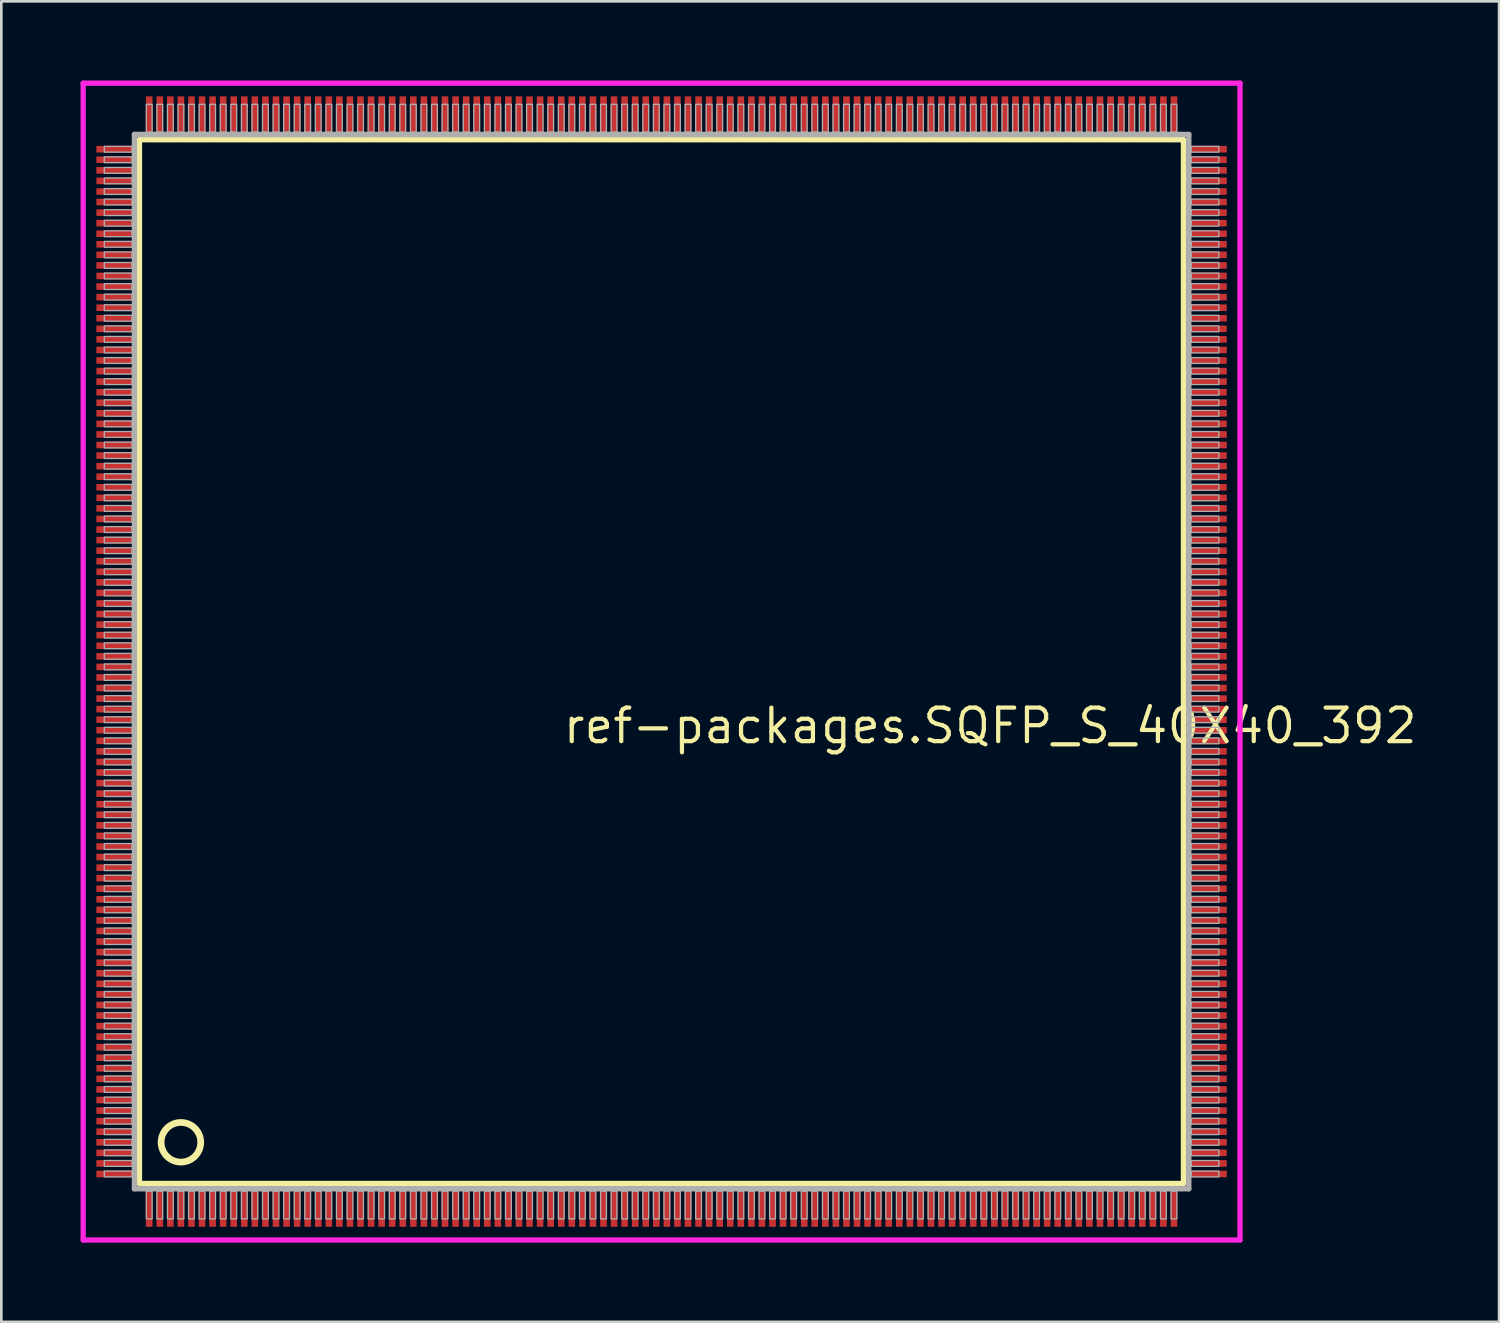
<source format=kicad_pcb>
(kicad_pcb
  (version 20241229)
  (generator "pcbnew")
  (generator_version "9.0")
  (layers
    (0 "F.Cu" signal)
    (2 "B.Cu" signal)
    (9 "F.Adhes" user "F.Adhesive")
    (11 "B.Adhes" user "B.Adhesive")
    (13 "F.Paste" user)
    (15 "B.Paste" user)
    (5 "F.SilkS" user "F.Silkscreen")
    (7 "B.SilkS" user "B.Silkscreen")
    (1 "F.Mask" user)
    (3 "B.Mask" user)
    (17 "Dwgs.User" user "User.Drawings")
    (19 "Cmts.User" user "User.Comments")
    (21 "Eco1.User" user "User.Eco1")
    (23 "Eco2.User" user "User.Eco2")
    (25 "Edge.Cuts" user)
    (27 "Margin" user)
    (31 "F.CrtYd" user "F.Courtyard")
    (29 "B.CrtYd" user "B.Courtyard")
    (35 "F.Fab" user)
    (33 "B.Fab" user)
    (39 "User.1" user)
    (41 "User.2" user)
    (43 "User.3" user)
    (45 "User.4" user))
  (footprint "ref-packages.SQFP_S_40X40_392"
    (layer "F.Cu")
    (at 22 22)
    (property "Reference" "ref-packages.SQFP_S_40X40_392" (at -3.81 3.175 0) (layer "F.SilkS") (effects (font (size 1.27 1.27) (thickness 0.16)) (justify left bottom)))
    (attr smd)
    (fp_line (start -19.77 -19.76) (end 19.76 -19.76) (stroke (width 0.203) (type default)) (layer "F.SilkS"))
    (fp_line (start -19.77 19.76) (end -19.77 -19.76) (stroke (width 0.203) (type default)) (layer "F.SilkS"))
    (fp_line (start 19.76 19.76) (end -19.77 19.76) (stroke (width 0.203) (type default)) (layer "F.SilkS"))
    (fp_line (start 19.76 -19.76) (end 19.76 19.76) (stroke (width 0.203) (type default)) (layer "F.SilkS"))
    (fp_circle (center -18.2 18.2) (end -17.45 18.2) (stroke (width 0.254) (type default)) (fill no) (layer "F.SilkS"))
    (fp_line (start -21.9 -21.9) (end 21.9 -21.9) (stroke (width 0.2) (type default)) (layer "F.CrtYd"))
    (fp_line (start -21.9 21.9) (end -21.9 -21.9) (stroke (width 0.2) (type default)) (layer "F.CrtYd"))
    (fp_line (start 21.9 -21.9) (end 21.9 21.9) (stroke (width 0.2) (type default)) (layer "F.CrtYd"))
    (fp_line (start 21.9 21.9) (end -21.9 21.9) (stroke (width 0.2) (type default)) (layer "F.CrtYd"))
    (fp_line (start -19.96 -19.96) (end -19.96 19.96) (stroke (width 0.203) (type default)) (layer "F.Fab"))
    (fp_line (start -19.96 19.96) (end 19.96 19.96) (stroke (width 0.203) (type default)) (layer "F.Fab"))
    (fp_line (start 19.96 -19.96) (end -19.96 -19.96) (stroke (width 0.203) (type default)) (layer "F.Fab"))
    (fp_line (start 19.96 19.96) (end 19.96 -19.96) (stroke (width 0.203) (type default)) (layer "F.Fab"))
    (fp_rect (start -21.1 -19.29) (end -20.05 -19.51) (stroke (width 0.05) (type default)) (fill no) (layer "F.Fab"))
    (fp_rect (start -21.1 -18.89) (end -20.05 -19.11) (stroke (width 0.05) (type default)) (fill no) (layer "F.Fab"))
    (fp_rect (start -21.1 -18.49) (end -20.05 -18.71) (stroke (width 0.05) (type default)) (fill no) (layer "F.Fab"))
    (fp_rect (start -21.1 -18.09) (end -20.05 -18.31) (stroke (width 0.05) (type default)) (fill no) (layer "F.Fab"))
    (fp_rect (start -21.1 -17.69) (end -20.05 -17.91) (stroke (width 0.05) (type default)) (fill no) (layer "F.Fab"))
    (fp_rect (start -21.1 -17.29) (end -20.05 -17.51) (stroke (width 0.05) (type default)) (fill no) (layer "F.Fab"))
    (fp_rect (start -21.1 -16.89) (end -20.05 -17.11) (stroke (width 0.05) (type default)) (fill no) (layer "F.Fab"))
    (fp_rect (start -21.1 -16.49) (end -20.05 -16.71) (stroke (width 0.05) (type default)) (fill no) (layer "F.Fab"))
    (fp_rect (start -21.1 -16.09) (end -20.05 -16.31) (stroke (width 0.05) (type default)) (fill no) (layer "F.Fab"))
    (fp_rect (start -21.1 -15.69) (end -20.05 -15.91) (stroke (width 0.05) (type default)) (fill no) (layer "F.Fab"))
    (fp_rect (start -21.1 -15.29) (end -20.05 -15.51) (stroke (width 0.05) (type default)) (fill no) (layer "F.Fab"))
    (fp_rect (start -21.1 -14.89) (end -20.05 -15.11) (stroke (width 0.05) (type default)) (fill no) (layer "F.Fab"))
    (fp_rect (start -21.1 -14.49) (end -20.05 -14.71) (stroke (width 0.05) (type default)) (fill no) (layer "F.Fab"))
    (fp_rect (start -21.1 -14.09) (end -20.05 -14.31) (stroke (width 0.05) (type default)) (fill no) (layer "F.Fab"))
    (fp_rect (start -21.1 -13.69) (end -20.05 -13.91) (stroke (width 0.05) (type default)) (fill no) (layer "F.Fab"))
    (fp_rect (start -21.1 -13.29) (end -20.05 -13.51) (stroke (width 0.05) (type default)) (fill no) (layer "F.Fab"))
    (fp_rect (start -21.1 -12.89) (end -20.05 -13.11) (stroke (width 0.05) (type default)) (fill no) (layer "F.Fab"))
    (fp_rect (start -21.1 -12.49) (end -20.05 -12.71) (stroke (width 0.05) (type default)) (fill no) (layer "F.Fab"))
    (fp_rect (start -21.1 -12.09) (end -20.05 -12.31) (stroke (width 0.05) (type default)) (fill no) (layer "F.Fab"))
    (fp_rect (start -21.1 -11.69) (end -20.05 -11.91) (stroke (width 0.05) (type default)) (fill no) (layer "F.Fab"))
    (fp_rect (start -21.1 -11.29) (end -20.05 -11.51) (stroke (width 0.05) (type default)) (fill no) (layer "F.Fab"))
    (fp_rect (start -21.1 -10.89) (end -20.05 -11.11) (stroke (width 0.05) (type default)) (fill no) (layer "F.Fab"))
    (fp_rect (start -21.1 -10.49) (end -20.05 -10.71) (stroke (width 0.05) (type default)) (fill no) (layer "F.Fab"))
    (fp_rect (start -21.1 -10.09) (end -20.05 -10.31) (stroke (width 0.05) (type default)) (fill no) (layer "F.Fab"))
    (fp_rect (start -21.1 -9.69) (end -20.05 -9.91) (stroke (width 0.05) (type default)) (fill no) (layer "F.Fab"))
    (fp_rect (start -21.1 -9.29) (end -20.05 -9.51) (stroke (width 0.05) (type default)) (fill no) (layer "F.Fab"))
    (fp_rect (start -21.1 -8.89) (end -20.05 -9.11) (stroke (width 0.05) (type default)) (fill no) (layer "F.Fab"))
    (fp_rect (start -21.1 -8.49) (end -20.05 -8.71) (stroke (width 0.05) (type default)) (fill no) (layer "F.Fab"))
    (fp_rect (start -21.1 -8.09) (end -20.05 -8.31) (stroke (width 0.05) (type default)) (fill no) (layer "F.Fab"))
    (fp_rect (start -21.1 -7.69) (end -20.05 -7.91) (stroke (width 0.05) (type default)) (fill no) (layer "F.Fab"))
    (fp_rect (start -21.1 -7.29) (end -20.05 -7.51) (stroke (width 0.05) (type default)) (fill no) (layer "F.Fab"))
    (fp_rect (start -21.1 -6.89) (end -20.05 -7.11) (stroke (width 0.05) (type default)) (fill no) (layer "F.Fab"))
    (fp_rect (start -21.1 -6.49) (end -20.05 -6.71) (stroke (width 0.05) (type default)) (fill no) (layer "F.Fab"))
    (fp_rect (start -21.1 -6.09) (end -20.05 -6.31) (stroke (width 0.05) (type default)) (fill no) (layer "F.Fab"))
    (fp_rect (start -21.1 -5.69) (end -20.05 -5.91) (stroke (width 0.05) (type default)) (fill no) (layer "F.Fab"))
    (fp_rect (start -21.1 -5.29) (end -20.05 -5.51) (stroke (width 0.05) (type default)) (fill no) (layer "F.Fab"))
    (fp_rect (start -21.1 -4.89) (end -20.05 -5.11) (stroke (width 0.05) (type default)) (fill no) (layer "F.Fab"))
    (fp_rect (start -21.1 -4.49) (end -20.05 -4.71) (stroke (width 0.05) (type default)) (fill no) (layer "F.Fab"))
    (fp_rect (start -21.1 -4.09) (end -20.05 -4.31) (stroke (width 0.05) (type default)) (fill no) (layer "F.Fab"))
    (fp_rect (start -21.1 -3.69) (end -20.05 -3.91) (stroke (width 0.05) (type default)) (fill no) (layer "F.Fab"))
    (fp_rect (start -21.1 -3.29) (end -20.05 -3.51) (stroke (width 0.05) (type default)) (fill no) (layer "F.Fab"))
    (fp_rect (start -21.1 -2.89) (end -20.05 -3.11) (stroke (width 0.05) (type default)) (fill no) (layer "F.Fab"))
    (fp_rect (start -21.1 -2.49) (end -20.05 -2.71) (stroke (width 0.05) (type default)) (fill no) (layer "F.Fab"))
    (fp_rect (start -21.1 -2.09) (end -20.05 -2.31) (stroke (width 0.05) (type default)) (fill no) (layer "F.Fab"))
    (fp_rect (start -21.1 -1.69) (end -20.05 -1.91) (stroke (width 0.05) (type default)) (fill no) (layer "F.Fab"))
    (fp_rect (start -21.1 -1.29) (end -20.05 -1.51) (stroke (width 0.05) (type default)) (fill no) (layer "F.Fab"))
    (fp_rect (start -21.1 -0.89) (end -20.05 -1.11) (stroke (width 0.05) (type default)) (fill no) (layer "F.Fab"))
    (fp_rect (start -21.1 -0.49) (end -20.05 -0.71) (stroke (width 0.05) (type default)) (fill no) (layer "F.Fab"))
    (fp_rect (start -21.1 -0.09) (end -20.05 -0.31) (stroke (width 0.05) (type default)) (fill no) (layer "F.Fab"))
    (fp_rect (start -21.1 0.31) (end -20.05 0.09) (stroke (width 0.05) (type default)) (fill no) (layer "F.Fab"))
    (fp_rect (start -21.1 0.71) (end -20.05 0.49) (stroke (width 0.05) (type default)) (fill no) (layer "F.Fab"))
    (fp_rect (start -21.1 1.11) (end -20.05 0.89) (stroke (width 0.05) (type default)) (fill no) (layer "F.Fab"))
    (fp_rect (start -21.1 1.51) (end -20.05 1.29) (stroke (width 0.05) (type default)) (fill no) (layer "F.Fab"))
    (fp_rect (start -21.1 1.91) (end -20.05 1.69) (stroke (width 0.05) (type default)) (fill no) (layer "F.Fab"))
    (fp_rect (start -21.1 2.31) (end -20.05 2.09) (stroke (width 0.05) (type default)) (fill no) (layer "F.Fab"))
    (fp_rect (start -21.1 2.71) (end -20.05 2.49) (stroke (width 0.05) (type default)) (fill no) (layer "F.Fab"))
    (fp_rect (start -21.1 3.11) (end -20.05 2.89) (stroke (width 0.05) (type default)) (fill no) (layer "F.Fab"))
    (fp_rect (start -21.1 3.51) (end -20.05 3.29) (stroke (width 0.05) (type default)) (fill no) (layer "F.Fab"))
    (fp_rect (start -21.1 3.91) (end -20.05 3.69) (stroke (width 0.05) (type default)) (fill no) (layer "F.Fab"))
    (fp_rect (start -21.1 4.31) (end -20.05 4.09) (stroke (width 0.05) (type default)) (fill no) (layer "F.Fab"))
    (fp_rect (start -21.1 4.71) (end -20.05 4.49) (stroke (width 0.05) (type default)) (fill no) (layer "F.Fab"))
    (fp_rect (start -21.1 5.11) (end -20.05 4.89) (stroke (width 0.05) (type default)) (fill no) (layer "F.Fab"))
    (fp_rect (start -21.1 5.51) (end -20.05 5.29) (stroke (width 0.05) (type default)) (fill no) (layer "F.Fab"))
    (fp_rect (start -21.1 5.91) (end -20.05 5.69) (stroke (width 0.05) (type default)) (fill no) (layer "F.Fab"))
    (fp_rect (start -21.1 6.31) (end -20.05 6.09) (stroke (width 0.05) (type default)) (fill no) (layer "F.Fab"))
    (fp_rect (start -21.1 6.71) (end -20.05 6.49) (stroke (width 0.05) (type default)) (fill no) (layer "F.Fab"))
    (fp_rect (start -21.1 7.11) (end -20.05 6.89) (stroke (width 0.05) (type default)) (fill no) (layer "F.Fab"))
    (fp_rect (start -21.1 7.51) (end -20.05 7.29) (stroke (width 0.05) (type default)) (fill no) (layer "F.Fab"))
    (fp_rect (start -21.1 7.91) (end -20.05 7.69) (stroke (width 0.05) (type default)) (fill no) (layer "F.Fab"))
    (fp_rect (start -21.1 8.31) (end -20.05 8.09) (stroke (width 0.05) (type default)) (fill no) (layer "F.Fab"))
    (fp_rect (start -21.1 8.71) (end -20.05 8.49) (stroke (width 0.05) (type default)) (fill no) (layer "F.Fab"))
    (fp_rect (start -21.1 9.11) (end -20.05 8.89) (stroke (width 0.05) (type default)) (fill no) (layer "F.Fab"))
    (fp_rect (start -21.1 9.51) (end -20.05 9.29) (stroke (width 0.05) (type default)) (fill no) (layer "F.Fab"))
    (fp_rect (start -21.1 9.91) (end -20.05 9.69) (stroke (width 0.05) (type default)) (fill no) (layer "F.Fab"))
    (fp_rect (start -21.1 10.31) (end -20.05 10.09) (stroke (width 0.05) (type default)) (fill no) (layer "F.Fab"))
    (fp_rect (start -21.1 10.71) (end -20.05 10.49) (stroke (width 0.05) (type default)) (fill no) (layer "F.Fab"))
    (fp_rect (start -21.1 11.11) (end -20.05 10.89) (stroke (width 0.05) (type default)) (fill no) (layer "F.Fab"))
    (fp_rect (start -21.1 11.51) (end -20.05 11.29) (stroke (width 0.05) (type default)) (fill no) (layer "F.Fab"))
    (fp_rect (start -21.1 11.91) (end -20.05 11.69) (stroke (width 0.05) (type default)) (fill no) (layer "F.Fab"))
    (fp_rect (start -21.1 12.31) (end -20.05 12.09) (stroke (width 0.05) (type default)) (fill no) (layer "F.Fab"))
    (fp_rect (start -21.1 12.71) (end -20.05 12.49) (stroke (width 0.05) (type default)) (fill no) (layer "F.Fab"))
    (fp_rect (start -21.1 13.11) (end -20.05 12.89) (stroke (width 0.05) (type default)) (fill no) (layer "F.Fab"))
    (fp_rect (start -21.1 13.51) (end -20.05 13.29) (stroke (width 0.05) (type default)) (fill no) (layer "F.Fab"))
    (fp_rect (start -21.1 13.91) (end -20.05 13.69) (stroke (width 0.05) (type default)) (fill no) (layer "F.Fab"))
    (fp_rect (start -21.1 14.31) (end -20.05 14.09) (stroke (width 0.05) (type default)) (fill no) (layer "F.Fab"))
    (fp_rect (start -21.1 14.71) (end -20.05 14.49) (stroke (width 0.05) (type default)) (fill no) (layer "F.Fab"))
    (fp_rect (start -21.1 15.11) (end -20.05 14.89) (stroke (width 0.05) (type default)) (fill no) (layer "F.Fab"))
    (fp_rect (start -21.1 15.51) (end -20.05 15.29) (stroke (width 0.05) (type default)) (fill no) (layer "F.Fab"))
    (fp_rect (start -21.1 15.91) (end -20.05 15.69) (stroke (width 0.05) (type default)) (fill no) (layer "F.Fab"))
    (fp_rect (start -21.1 16.31) (end -20.05 16.09) (stroke (width 0.05) (type default)) (fill no) (layer "F.Fab"))
    (fp_rect (start -21.1 16.71) (end -20.05 16.49) (stroke (width 0.05) (type default)) (fill no) (layer "F.Fab"))
    (fp_rect (start -21.1 17.11) (end -20.05 16.89) (stroke (width 0.05) (type default)) (fill no) (layer "F.Fab"))
    (fp_rect (start -21.1 17.51) (end -20.05 17.29) (stroke (width 0.05) (type default)) (fill no) (layer "F.Fab"))
    (fp_rect (start -21.1 17.91) (end -20.05 17.69) (stroke (width 0.05) (type default)) (fill no) (layer "F.Fab"))
    (fp_rect (start -21.1 18.31) (end -20.05 18.09) (stroke (width 0.05) (type default)) (fill no) (layer "F.Fab"))
    (fp_rect (start -21.1 18.71) (end -20.05 18.49) (stroke (width 0.05) (type default)) (fill no) (layer "F.Fab"))
    (fp_rect (start -21.1 19.11) (end -20.05 18.89) (stroke (width 0.05) (type default)) (fill no) (layer "F.Fab"))
    (fp_rect (start -21.1 19.51) (end -20.05 19.29) (stroke (width 0.05) (type default)) (fill no) (layer "F.Fab"))
    (fp_rect (start -19.51 -20.05) (end -19.29 -21.1) (stroke (width 0.05) (type default)) (fill no) (layer "F.Fab"))
    (fp_rect (start -19.51 21.1) (end -19.29 20.05) (stroke (width 0.05) (type default)) (fill no) (layer "F.Fab"))
    (fp_rect (start -19.11 -20.05) (end -18.89 -21.1) (stroke (width 0.05) (type default)) (fill no) (layer "F.Fab"))
    (fp_rect (start -19.11 21.1) (end -18.89 20.05) (stroke (width 0.05) (type default)) (fill no) (layer "F.Fab"))
    (fp_rect (start -18.71 -20.05) (end -18.49 -21.1) (stroke (width 0.05) (type default)) (fill no) (layer "F.Fab"))
    (fp_rect (start -18.71 21.1) (end -18.49 20.05) (stroke (width 0.05) (type default)) (fill no) (layer "F.Fab"))
    (fp_rect (start -18.31 -20.05) (end -18.09 -21.1) (stroke (width 0.05) (type default)) (fill no) (layer "F.Fab"))
    (fp_rect (start -18.31 21.1) (end -18.09 20.05) (stroke (width 0.05) (type default)) (fill no) (layer "F.Fab"))
    (fp_rect (start -17.91 -20.05) (end -17.69 -21.1) (stroke (width 0.05) (type default)) (fill no) (layer "F.Fab"))
    (fp_rect (start -17.91 21.1) (end -17.69 20.05) (stroke (width 0.05) (type default)) (fill no) (layer "F.Fab"))
    (fp_rect (start -17.51 -20.05) (end -17.29 -21.1) (stroke (width 0.05) (type default)) (fill no) (layer "F.Fab"))
    (fp_rect (start -17.51 21.1) (end -17.29 20.05) (stroke (width 0.05) (type default)) (fill no) (layer "F.Fab"))
    (fp_rect (start -17.11 -20.05) (end -16.89 -21.1) (stroke (width 0.05) (type default)) (fill no) (layer "F.Fab"))
    (fp_rect (start -17.11 21.1) (end -16.89 20.05) (stroke (width 0.05) (type default)) (fill no) (layer "F.Fab"))
    (fp_rect (start -16.71 -20.05) (end -16.49 -21.1) (stroke (width 0.05) (type default)) (fill no) (layer "F.Fab"))
    (fp_rect (start -16.71 21.1) (end -16.49 20.05) (stroke (width 0.05) (type default)) (fill no) (layer "F.Fab"))
    (fp_rect (start -16.31 -20.05) (end -16.09 -21.1) (stroke (width 0.05) (type default)) (fill no) (layer "F.Fab"))
    (fp_rect (start -16.31 21.1) (end -16.09 20.05) (stroke (width 0.05) (type default)) (fill no) (layer "F.Fab"))
    (fp_rect (start -15.91 -20.05) (end -15.69 -21.1) (stroke (width 0.05) (type default)) (fill no) (layer "F.Fab"))
    (fp_rect (start -15.91 21.1) (end -15.69 20.05) (stroke (width 0.05) (type default)) (fill no) (layer "F.Fab"))
    (fp_rect (start -15.51 -20.05) (end -15.29 -21.1) (stroke (width 0.05) (type default)) (fill no) (layer "F.Fab"))
    (fp_rect (start -15.51 21.1) (end -15.29 20.05) (stroke (width 0.05) (type default)) (fill no) (layer "F.Fab"))
    (fp_rect (start -15.11 -20.05) (end -14.89 -21.1) (stroke (width 0.05) (type default)) (fill no) (layer "F.Fab"))
    (fp_rect (start -15.11 21.1) (end -14.89 20.05) (stroke (width 0.05) (type default)) (fill no) (layer "F.Fab"))
    (fp_rect (start -14.71 -20.05) (end -14.49 -21.1) (stroke (width 0.05) (type default)) (fill no) (layer "F.Fab"))
    (fp_rect (start -14.71 21.1) (end -14.49 20.05) (stroke (width 0.05) (type default)) (fill no) (layer "F.Fab"))
    (fp_rect (start -14.31 -20.05) (end -14.09 -21.1) (stroke (width 0.05) (type default)) (fill no) (layer "F.Fab"))
    (fp_rect (start -14.31 21.1) (end -14.09 20.05) (stroke (width 0.05) (type default)) (fill no) (layer "F.Fab"))
    (fp_rect (start -13.91 -20.05) (end -13.69 -21.1) (stroke (width 0.05) (type default)) (fill no) (layer "F.Fab"))
    (fp_rect (start -13.91 21.1) (end -13.69 20.05) (stroke (width 0.05) (type default)) (fill no) (layer "F.Fab"))
    (fp_rect (start -13.51 -20.05) (end -13.29 -21.1) (stroke (width 0.05) (type default)) (fill no) (layer "F.Fab"))
    (fp_rect (start -13.51 21.1) (end -13.29 20.05) (stroke (width 0.05) (type default)) (fill no) (layer "F.Fab"))
    (fp_rect (start -13.11 -20.05) (end -12.89 -21.1) (stroke (width 0.05) (type default)) (fill no) (layer "F.Fab"))
    (fp_rect (start -13.11 21.1) (end -12.89 20.05) (stroke (width 0.05) (type default)) (fill no) (layer "F.Fab"))
    (fp_rect (start -12.71 -20.05) (end -12.49 -21.1) (stroke (width 0.05) (type default)) (fill no) (layer "F.Fab"))
    (fp_rect (start -12.71 21.1) (end -12.49 20.05) (stroke (width 0.05) (type default)) (fill no) (layer "F.Fab"))
    (fp_rect (start -12.31 -20.05) (end -12.09 -21.1) (stroke (width 0.05) (type default)) (fill no) (layer "F.Fab"))
    (fp_rect (start -12.31 21.1) (end -12.09 20.05) (stroke (width 0.05) (type default)) (fill no) (layer "F.Fab"))
    (fp_rect (start -11.91 -20.05) (end -11.69 -21.1) (stroke (width 0.05) (type default)) (fill no) (layer "F.Fab"))
    (fp_rect (start -11.91 21.1) (end -11.69 20.05) (stroke (width 0.05) (type default)) (fill no) (layer "F.Fab"))
    (fp_rect (start -11.51 -20.05) (end -11.29 -21.1) (stroke (width 0.05) (type default)) (fill no) (layer "F.Fab"))
    (fp_rect (start -11.51 21.1) (end -11.29 20.05) (stroke (width 0.05) (type default)) (fill no) (layer "F.Fab"))
    (fp_rect (start -11.11 -20.05) (end -10.89 -21.1) (stroke (width 0.05) (type default)) (fill no) (layer "F.Fab"))
    (fp_rect (start -11.11 21.1) (end -10.89 20.05) (stroke (width 0.05) (type default)) (fill no) (layer "F.Fab"))
    (fp_rect (start -10.71 -20.05) (end -10.49 -21.1) (stroke (width 0.05) (type default)) (fill no) (layer "F.Fab"))
    (fp_rect (start -10.71 21.1) (end -10.49 20.05) (stroke (width 0.05) (type default)) (fill no) (layer "F.Fab"))
    (fp_rect (start -10.31 -20.05) (end -10.09 -21.1) (stroke (width 0.05) (type default)) (fill no) (layer "F.Fab"))
    (fp_rect (start -10.31 21.1) (end -10.09 20.05) (stroke (width 0.05) (type default)) (fill no) (layer "F.Fab"))
    (fp_rect (start -9.91 -20.05) (end -9.69 -21.1) (stroke (width 0.05) (type default)) (fill no) (layer "F.Fab"))
    (fp_rect (start -9.91 21.1) (end -9.69 20.05) (stroke (width 0.05) (type default)) (fill no) (layer "F.Fab"))
    (fp_rect (start -9.51 -20.05) (end -9.29 -21.1) (stroke (width 0.05) (type default)) (fill no) (layer "F.Fab"))
    (fp_rect (start -9.51 21.1) (end -9.29 20.05) (stroke (width 0.05) (type default)) (fill no) (layer "F.Fab"))
    (fp_rect (start -9.11 -20.05) (end -8.89 -21.1) (stroke (width 0.05) (type default)) (fill no) (layer "F.Fab"))
    (fp_rect (start -9.11 21.1) (end -8.89 20.05) (stroke (width 0.05) (type default)) (fill no) (layer "F.Fab"))
    (fp_rect (start -8.71 -20.05) (end -8.49 -21.1) (stroke (width 0.05) (type default)) (fill no) (layer "F.Fab"))
    (fp_rect (start -8.71 21.1) (end -8.49 20.05) (stroke (width 0.05) (type default)) (fill no) (layer "F.Fab"))
    (fp_rect (start -8.31 -20.05) (end -8.09 -21.1) (stroke (width 0.05) (type default)) (fill no) (layer "F.Fab"))
    (fp_rect (start -8.31 21.1) (end -8.09 20.05) (stroke (width 0.05) (type default)) (fill no) (layer "F.Fab"))
    (fp_rect (start -7.91 -20.05) (end -7.69 -21.1) (stroke (width 0.05) (type default)) (fill no) (layer "F.Fab"))
    (fp_rect (start -7.91 21.1) (end -7.69 20.05) (stroke (width 0.05) (type default)) (fill no) (layer "F.Fab"))
    (fp_rect (start -7.51 -20.05) (end -7.29 -21.1) (stroke (width 0.05) (type default)) (fill no) (layer "F.Fab"))
    (fp_rect (start -7.51 21.1) (end -7.29 20.05) (stroke (width 0.05) (type default)) (fill no) (layer "F.Fab"))
    (fp_rect (start -7.11 -20.05) (end -6.89 -21.1) (stroke (width 0.05) (type default)) (fill no) (layer "F.Fab"))
    (fp_rect (start -7.11 21.1) (end -6.89 20.05) (stroke (width 0.05) (type default)) (fill no) (layer "F.Fab"))
    (fp_rect (start -6.71 -20.05) (end -6.49 -21.1) (stroke (width 0.05) (type default)) (fill no) (layer "F.Fab"))
    (fp_rect (start -6.71 21.1) (end -6.49 20.05) (stroke (width 0.05) (type default)) (fill no) (layer "F.Fab"))
    (fp_rect (start -6.31 -20.05) (end -6.09 -21.1) (stroke (width 0.05) (type default)) (fill no) (layer "F.Fab"))
    (fp_rect (start -6.31 21.1) (end -6.09 20.05) (stroke (width 0.05) (type default)) (fill no) (layer "F.Fab"))
    (fp_rect (start -5.91 -20.05) (end -5.69 -21.1) (stroke (width 0.05) (type default)) (fill no) (layer "F.Fab"))
    (fp_rect (start -5.91 21.1) (end -5.69 20.05) (stroke (width 0.05) (type default)) (fill no) (layer "F.Fab"))
    (fp_rect (start -5.51 -20.05) (end -5.29 -21.1) (stroke (width 0.05) (type default)) (fill no) (layer "F.Fab"))
    (fp_rect (start -5.51 21.1) (end -5.29 20.05) (stroke (width 0.05) (type default)) (fill no) (layer "F.Fab"))
    (fp_rect (start -5.11 -20.05) (end -4.89 -21.1) (stroke (width 0.05) (type default)) (fill no) (layer "F.Fab"))
    (fp_rect (start -5.11 21.1) (end -4.89 20.05) (stroke (width 0.05) (type default)) (fill no) (layer "F.Fab"))
    (fp_rect (start -4.71 -20.05) (end -4.49 -21.1) (stroke (width 0.05) (type default)) (fill no) (layer "F.Fab"))
    (fp_rect (start -4.71 21.1) (end -4.49 20.05) (stroke (width 0.05) (type default)) (fill no) (layer "F.Fab"))
    (fp_rect (start -4.31 -20.05) (end -4.09 -21.1) (stroke (width 0.05) (type default)) (fill no) (layer "F.Fab"))
    (fp_rect (start -4.31 21.1) (end -4.09 20.05) (stroke (width 0.05) (type default)) (fill no) (layer "F.Fab"))
    (fp_rect (start -3.91 -20.05) (end -3.69 -21.1) (stroke (width 0.05) (type default)) (fill no) (layer "F.Fab"))
    (fp_rect (start -3.91 21.1) (end -3.69 20.05) (stroke (width 0.05) (type default)) (fill no) (layer "F.Fab"))
    (fp_rect (start -3.51 -20.05) (end -3.29 -21.1) (stroke (width 0.05) (type default)) (fill no) (layer "F.Fab"))
    (fp_rect (start -3.51 21.1) (end -3.29 20.05) (stroke (width 0.05) (type default)) (fill no) (layer "F.Fab"))
    (fp_rect (start -3.11 -20.05) (end -2.89 -21.1) (stroke (width 0.05) (type default)) (fill no) (layer "F.Fab"))
    (fp_rect (start -3.11 21.1) (end -2.89 20.05) (stroke (width 0.05) (type default)) (fill no) (layer "F.Fab"))
    (fp_rect (start -2.71 -20.05) (end -2.49 -21.1) (stroke (width 0.05) (type default)) (fill no) (layer "F.Fab"))
    (fp_rect (start -2.71 21.1) (end -2.49 20.05) (stroke (width 0.05) (type default)) (fill no) (layer "F.Fab"))
    (fp_rect (start -2.31 -20.05) (end -2.09 -21.1) (stroke (width 0.05) (type default)) (fill no) (layer "F.Fab"))
    (fp_rect (start -2.31 21.1) (end -2.09 20.05) (stroke (width 0.05) (type default)) (fill no) (layer "F.Fab"))
    (fp_rect (start -1.91 -20.05) (end -1.69 -21.1) (stroke (width 0.05) (type default)) (fill no) (layer "F.Fab"))
    (fp_rect (start -1.91 21.1) (end -1.69 20.05) (stroke (width 0.05) (type default)) (fill no) (layer "F.Fab"))
    (fp_rect (start -1.51 -20.05) (end -1.29 -21.1) (stroke (width 0.05) (type default)) (fill no) (layer "F.Fab"))
    (fp_rect (start -1.51 21.1) (end -1.29 20.05) (stroke (width 0.05) (type default)) (fill no) (layer "F.Fab"))
    (fp_rect (start -1.11 -20.05) (end -0.89 -21.1) (stroke (width 0.05) (type default)) (fill no) (layer "F.Fab"))
    (fp_rect (start -1.11 21.1) (end -0.89 20.05) (stroke (width 0.05) (type default)) (fill no) (layer "F.Fab"))
    (fp_rect (start -0.71 -20.05) (end -0.49 -21.1) (stroke (width 0.05) (type default)) (fill no) (layer "F.Fab"))
    (fp_rect (start -0.71 21.1) (end -0.49 20.05) (stroke (width 0.05) (type default)) (fill no) (layer "F.Fab"))
    (fp_rect (start -0.31 -20.05) (end -0.09 -21.1) (stroke (width 0.05) (type default)) (fill no) (layer "F.Fab"))
    (fp_rect (start -0.31 21.1) (end -0.09 20.05) (stroke (width 0.05) (type default)) (fill no) (layer "F.Fab"))
    (fp_rect (start 0.09 -20.05) (end 0.31 -21.1) (stroke (width 0.05) (type default)) (fill no) (layer "F.Fab"))
    (fp_rect (start 0.09 21.1) (end 0.31 20.05) (stroke (width 0.05) (type default)) (fill no) (layer "F.Fab"))
    (fp_rect (start 0.49 -20.05) (end 0.71 -21.1) (stroke (width 0.05) (type default)) (fill no) (layer "F.Fab"))
    (fp_rect (start 0.49 21.1) (end 0.71 20.05) (stroke (width 0.05) (type default)) (fill no) (layer "F.Fab"))
    (fp_rect (start 0.89 -20.05) (end 1.11 -21.1) (stroke (width 0.05) (type default)) (fill no) (layer "F.Fab"))
    (fp_rect (start 0.89 21.1) (end 1.11 20.05) (stroke (width 0.05) (type default)) (fill no) (layer "F.Fab"))
    (fp_rect (start 1.29 -20.05) (end 1.51 -21.1) (stroke (width 0.05) (type default)) (fill no) (layer "F.Fab"))
    (fp_rect (start 1.29 21.1) (end 1.51 20.05) (stroke (width 0.05) (type default)) (fill no) (layer "F.Fab"))
    (fp_rect (start 1.69 -20.05) (end 1.91 -21.1) (stroke (width 0.05) (type default)) (fill no) (layer "F.Fab"))
    (fp_rect (start 1.69 21.1) (end 1.91 20.05) (stroke (width 0.05) (type default)) (fill no) (layer "F.Fab"))
    (fp_rect (start 2.09 -20.05) (end 2.31 -21.1) (stroke (width 0.05) (type default)) (fill no) (layer "F.Fab"))
    (fp_rect (start 2.09 21.1) (end 2.31 20.05) (stroke (width 0.05) (type default)) (fill no) (layer "F.Fab"))
    (fp_rect (start 2.49 -20.05) (end 2.71 -21.1) (stroke (width 0.05) (type default)) (fill no) (layer "F.Fab"))
    (fp_rect (start 2.49 21.1) (end 2.71 20.05) (stroke (width 0.05) (type default)) (fill no) (layer "F.Fab"))
    (fp_rect (start 2.89 -20.05) (end 3.11 -21.1) (stroke (width 0.05) (type default)) (fill no) (layer "F.Fab"))
    (fp_rect (start 2.89 21.1) (end 3.11 20.05) (stroke (width 0.05) (type default)) (fill no) (layer "F.Fab"))
    (fp_rect (start 3.29 -20.05) (end 3.51 -21.1) (stroke (width 0.05) (type default)) (fill no) (layer "F.Fab"))
    (fp_rect (start 3.29 21.1) (end 3.51 20.05) (stroke (width 0.05) (type default)) (fill no) (layer "F.Fab"))
    (fp_rect (start 3.69 -20.05) (end 3.91 -21.1) (stroke (width 0.05) (type default)) (fill no) (layer "F.Fab"))
    (fp_rect (start 3.69 21.1) (end 3.91 20.05) (stroke (width 0.05) (type default)) (fill no) (layer "F.Fab"))
    (fp_rect (start 4.09 -20.05) (end 4.31 -21.1) (stroke (width 0.05) (type default)) (fill no) (layer "F.Fab"))
    (fp_rect (start 4.09 21.1) (end 4.31 20.05) (stroke (width 0.05) (type default)) (fill no) (layer "F.Fab"))
    (fp_rect (start 4.49 -20.05) (end 4.71 -21.1) (stroke (width 0.05) (type default)) (fill no) (layer "F.Fab"))
    (fp_rect (start 4.49 21.1) (end 4.71 20.05) (stroke (width 0.05) (type default)) (fill no) (layer "F.Fab"))
    (fp_rect (start 4.89 -20.05) (end 5.11 -21.1) (stroke (width 0.05) (type default)) (fill no) (layer "F.Fab"))
    (fp_rect (start 4.89 21.1) (end 5.11 20.05) (stroke (width 0.05) (type default)) (fill no) (layer "F.Fab"))
    (fp_rect (start 5.29 -20.05) (end 5.51 -21.1) (stroke (width 0.05) (type default)) (fill no) (layer "F.Fab"))
    (fp_rect (start 5.29 21.1) (end 5.51 20.05) (stroke (width 0.05) (type default)) (fill no) (layer "F.Fab"))
    (fp_rect (start 5.69 -20.05) (end 5.91 -21.1) (stroke (width 0.05) (type default)) (fill no) (layer "F.Fab"))
    (fp_rect (start 5.69 21.1) (end 5.91 20.05) (stroke (width 0.05) (type default)) (fill no) (layer "F.Fab"))
    (fp_rect (start 6.09 -20.05) (end 6.31 -21.1) (stroke (width 0.05) (type default)) (fill no) (layer "F.Fab"))
    (fp_rect (start 6.09 21.1) (end 6.31 20.05) (stroke (width 0.05) (type default)) (fill no) (layer "F.Fab"))
    (fp_rect (start 6.49 -20.05) (end 6.71 -21.1) (stroke (width 0.05) (type default)) (fill no) (layer "F.Fab"))
    (fp_rect (start 6.49 21.1) (end 6.71 20.05) (stroke (width 0.05) (type default)) (fill no) (layer "F.Fab"))
    (fp_rect (start 6.89 -20.05) (end 7.11 -21.1) (stroke (width 0.05) (type default)) (fill no) (layer "F.Fab"))
    (fp_rect (start 6.89 21.1) (end 7.11 20.05) (stroke (width 0.05) (type default)) (fill no) (layer "F.Fab"))
    (fp_rect (start 7.29 -20.05) (end 7.51 -21.1) (stroke (width 0.05) (type default)) (fill no) (layer "F.Fab"))
    (fp_rect (start 7.29 21.1) (end 7.51 20.05) (stroke (width 0.05) (type default)) (fill no) (layer "F.Fab"))
    (fp_rect (start 7.69 -20.05) (end 7.91 -21.1) (stroke (width 0.05) (type default)) (fill no) (layer "F.Fab"))
    (fp_rect (start 7.69 21.1) (end 7.91 20.05) (stroke (width 0.05) (type default)) (fill no) (layer "F.Fab"))
    (fp_rect (start 8.09 -20.05) (end 8.31 -21.1) (stroke (width 0.05) (type default)) (fill no) (layer "F.Fab"))
    (fp_rect (start 8.09 21.1) (end 8.31 20.05) (stroke (width 0.05) (type default)) (fill no) (layer "F.Fab"))
    (fp_rect (start 8.49 -20.05) (end 8.71 -21.1) (stroke (width 0.05) (type default)) (fill no) (layer "F.Fab"))
    (fp_rect (start 8.49 21.1) (end 8.71 20.05) (stroke (width 0.05) (type default)) (fill no) (layer "F.Fab"))
    (fp_rect (start 8.89 -20.05) (end 9.11 -21.1) (stroke (width 0.05) (type default)) (fill no) (layer "F.Fab"))
    (fp_rect (start 8.89 21.1) (end 9.11 20.05) (stroke (width 0.05) (type default)) (fill no) (layer "F.Fab"))
    (fp_rect (start 9.29 -20.05) (end 9.51 -21.1) (stroke (width 0.05) (type default)) (fill no) (layer "F.Fab"))
    (fp_rect (start 9.29 21.1) (end 9.51 20.05) (stroke (width 0.05) (type default)) (fill no) (layer "F.Fab"))
    (fp_rect (start 9.69 -20.05) (end 9.91 -21.1) (stroke (width 0.05) (type default)) (fill no) (layer "F.Fab"))
    (fp_rect (start 9.69 21.1) (end 9.91 20.05) (stroke (width 0.05) (type default)) (fill no) (layer "F.Fab"))
    (fp_rect (start 10.09 -20.05) (end 10.31 -21.1) (stroke (width 0.05) (type default)) (fill no) (layer "F.Fab"))
    (fp_rect (start 10.09 21.1) (end 10.31 20.05) (stroke (width 0.05) (type default)) (fill no) (layer "F.Fab"))
    (fp_rect (start 10.49 -20.05) (end 10.71 -21.1) (stroke (width 0.05) (type default)) (fill no) (layer "F.Fab"))
    (fp_rect (start 10.49 21.1) (end 10.71 20.05) (stroke (width 0.05) (type default)) (fill no) (layer "F.Fab"))
    (fp_rect (start 10.89 -20.05) (end 11.11 -21.1) (stroke (width 0.05) (type default)) (fill no) (layer "F.Fab"))
    (fp_rect (start 10.89 21.1) (end 11.11 20.05) (stroke (width 0.05) (type default)) (fill no) (layer "F.Fab"))
    (fp_rect (start 11.29 -20.05) (end 11.51 -21.1) (stroke (width 0.05) (type default)) (fill no) (layer "F.Fab"))
    (fp_rect (start 11.29 21.1) (end 11.51 20.05) (stroke (width 0.05) (type default)) (fill no) (layer "F.Fab"))
    (fp_rect (start 11.69 -20.05) (end 11.91 -21.1) (stroke (width 0.05) (type default)) (fill no) (layer "F.Fab"))
    (fp_rect (start 11.69 21.1) (end 11.91 20.05) (stroke (width 0.05) (type default)) (fill no) (layer "F.Fab"))
    (fp_rect (start 12.09 -20.05) (end 12.31 -21.1) (stroke (width 0.05) (type default)) (fill no) (layer "F.Fab"))
    (fp_rect (start 12.09 21.1) (end 12.31 20.05) (stroke (width 0.05) (type default)) (fill no) (layer "F.Fab"))
    (fp_rect (start 12.49 -20.05) (end 12.71 -21.1) (stroke (width 0.05) (type default)) (fill no) (layer "F.Fab"))
    (fp_rect (start 12.49 21.1) (end 12.71 20.05) (stroke (width 0.05) (type default)) (fill no) (layer "F.Fab"))
    (fp_rect (start 12.89 -20.05) (end 13.11 -21.1) (stroke (width 0.05) (type default)) (fill no) (layer "F.Fab"))
    (fp_rect (start 12.89 21.1) (end 13.11 20.05) (stroke (width 0.05) (type default)) (fill no) (layer "F.Fab"))
    (fp_rect (start 13.29 -20.05) (end 13.51 -21.1) (stroke (width 0.05) (type default)) (fill no) (layer "F.Fab"))
    (fp_rect (start 13.29 21.1) (end 13.51 20.05) (stroke (width 0.05) (type default)) (fill no) (layer "F.Fab"))
    (fp_rect (start 13.69 -20.05) (end 13.91 -21.1) (stroke (width 0.05) (type default)) (fill no) (layer "F.Fab"))
    (fp_rect (start 13.69 21.1) (end 13.91 20.05) (stroke (width 0.05) (type default)) (fill no) (layer "F.Fab"))
    (fp_rect (start 14.09 -20.05) (end 14.31 -21.1) (stroke (width 0.05) (type default)) (fill no) (layer "F.Fab"))
    (fp_rect (start 14.09 21.1) (end 14.31 20.05) (stroke (width 0.05) (type default)) (fill no) (layer "F.Fab"))
    (fp_rect (start 14.49 -20.05) (end 14.71 -21.1) (stroke (width 0.05) (type default)) (fill no) (layer "F.Fab"))
    (fp_rect (start 14.49 21.1) (end 14.71 20.05) (stroke (width 0.05) (type default)) (fill no) (layer "F.Fab"))
    (fp_rect (start 14.89 -20.05) (end 15.11 -21.1) (stroke (width 0.05) (type default)) (fill no) (layer "F.Fab"))
    (fp_rect (start 14.89 21.1) (end 15.11 20.05) (stroke (width 0.05) (type default)) (fill no) (layer "F.Fab"))
    (fp_rect (start 15.29 -20.05) (end 15.51 -21.1) (stroke (width 0.05) (type default)) (fill no) (layer "F.Fab"))
    (fp_rect (start 15.29 21.1) (end 15.51 20.05) (stroke (width 0.05) (type default)) (fill no) (layer "F.Fab"))
    (fp_rect (start 15.69 -20.05) (end 15.91 -21.1) (stroke (width 0.05) (type default)) (fill no) (layer "F.Fab"))
    (fp_rect (start 15.69 21.1) (end 15.91 20.05) (stroke (width 0.05) (type default)) (fill no) (layer "F.Fab"))
    (fp_rect (start 16.09 -20.05) (end 16.31 -21.1) (stroke (width 0.05) (type default)) (fill no) (layer "F.Fab"))
    (fp_rect (start 16.09 21.1) (end 16.31 20.05) (stroke (width 0.05) (type default)) (fill no) (layer "F.Fab"))
    (fp_rect (start 16.49 -20.05) (end 16.71 -21.1) (stroke (width 0.05) (type default)) (fill no) (layer "F.Fab"))
    (fp_rect (start 16.49 21.1) (end 16.71 20.05) (stroke (width 0.05) (type default)) (fill no) (layer "F.Fab"))
    (fp_rect (start 16.89 -20.05) (end 17.11 -21.1) (stroke (width 0.05) (type default)) (fill no) (layer "F.Fab"))
    (fp_rect (start 16.89 21.1) (end 17.11 20.05) (stroke (width 0.05) (type default)) (fill no) (layer "F.Fab"))
    (fp_rect (start 17.29 -20.05) (end 17.51 -21.1) (stroke (width 0.05) (type default)) (fill no) (layer "F.Fab"))
    (fp_rect (start 17.29 21.1) (end 17.51 20.05) (stroke (width 0.05) (type default)) (fill no) (layer "F.Fab"))
    (fp_rect (start 17.69 -20.05) (end 17.91 -21.1) (stroke (width 0.05) (type default)) (fill no) (layer "F.Fab"))
    (fp_rect (start 17.69 21.1) (end 17.91 20.05) (stroke (width 0.05) (type default)) (fill no) (layer "F.Fab"))
    (fp_rect (start 18.09 -20.05) (end 18.31 -21.1) (stroke (width 0.05) (type default)) (fill no) (layer "F.Fab"))
    (fp_rect (start 18.09 21.1) (end 18.31 20.05) (stroke (width 0.05) (type default)) (fill no) (layer "F.Fab"))
    (fp_rect (start 18.49 -20.05) (end 18.71 -21.1) (stroke (width 0.05) (type default)) (fill no) (layer "F.Fab"))
    (fp_rect (start 18.49 21.1) (end 18.71 20.05) (stroke (width 0.05) (type default)) (fill no) (layer "F.Fab"))
    (fp_rect (start 18.89 -20.05) (end 19.11 -21.1) (stroke (width 0.05) (type default)) (fill no) (layer "F.Fab"))
    (fp_rect (start 18.89 21.1) (end 19.11 20.05) (stroke (width 0.05) (type default)) (fill no) (layer "F.Fab"))
    (fp_rect (start 19.29 -20.05) (end 19.51 -21.1) (stroke (width 0.05) (type default)) (fill no) (layer "F.Fab"))
    (fp_rect (start 19.29 21.1) (end 19.51 20.05) (stroke (width 0.05) (type default)) (fill no) (layer "F.Fab"))
    (fp_rect (start 20.05 -19.29) (end 21.1 -19.51) (stroke (width 0.05) (type default)) (fill no) (layer "F.Fab"))
    (fp_rect (start 20.05 -18.89) (end 21.1 -19.11) (stroke (width 0.05) (type default)) (fill no) (layer "F.Fab"))
    (fp_rect (start 20.05 -18.49) (end 21.1 -18.71) (stroke (width 0.05) (type default)) (fill no) (layer "F.Fab"))
    (fp_rect (start 20.05 -18.09) (end 21.1 -18.31) (stroke (width 0.05) (type default)) (fill no) (layer "F.Fab"))
    (fp_rect (start 20.05 -17.69) (end 21.1 -17.91) (stroke (width 0.05) (type default)) (fill no) (layer "F.Fab"))
    (fp_rect (start 20.05 -17.29) (end 21.1 -17.51) (stroke (width 0.05) (type default)) (fill no) (layer "F.Fab"))
    (fp_rect (start 20.05 -16.89) (end 21.1 -17.11) (stroke (width 0.05) (type default)) (fill no) (layer "F.Fab"))
    (fp_rect (start 20.05 -16.49) (end 21.1 -16.71) (stroke (width 0.05) (type default)) (fill no) (layer "F.Fab"))
    (fp_rect (start 20.05 -16.09) (end 21.1 -16.31) (stroke (width 0.05) (type default)) (fill no) (layer "F.Fab"))
    (fp_rect (start 20.05 -15.69) (end 21.1 -15.91) (stroke (width 0.05) (type default)) (fill no) (layer "F.Fab"))
    (fp_rect (start 20.05 -15.29) (end 21.1 -15.51) (stroke (width 0.05) (type default)) (fill no) (layer "F.Fab"))
    (fp_rect (start 20.05 -14.89) (end 21.1 -15.11) (stroke (width 0.05) (type default)) (fill no) (layer "F.Fab"))
    (fp_rect (start 20.05 -14.49) (end 21.1 -14.71) (stroke (width 0.05) (type default)) (fill no) (layer "F.Fab"))
    (fp_rect (start 20.05 -14.09) (end 21.1 -14.31) (stroke (width 0.05) (type default)) (fill no) (layer "F.Fab"))
    (fp_rect (start 20.05 -13.69) (end 21.1 -13.91) (stroke (width 0.05) (type default)) (fill no) (layer "F.Fab"))
    (fp_rect (start 20.05 -13.29) (end 21.1 -13.51) (stroke (width 0.05) (type default)) (fill no) (layer "F.Fab"))
    (fp_rect (start 20.05 -12.89) (end 21.1 -13.11) (stroke (width 0.05) (type default)) (fill no) (layer "F.Fab"))
    (fp_rect (start 20.05 -12.49) (end 21.1 -12.71) (stroke (width 0.05) (type default)) (fill no) (layer "F.Fab"))
    (fp_rect (start 20.05 -12.09) (end 21.1 -12.31) (stroke (width 0.05) (type default)) (fill no) (layer "F.Fab"))
    (fp_rect (start 20.05 -11.69) (end 21.1 -11.91) (stroke (width 0.05) (type default)) (fill no) (layer "F.Fab"))
    (fp_rect (start 20.05 -11.29) (end 21.1 -11.51) (stroke (width 0.05) (type default)) (fill no) (layer "F.Fab"))
    (fp_rect (start 20.05 -10.89) (end 21.1 -11.11) (stroke (width 0.05) (type default)) (fill no) (layer "F.Fab"))
    (fp_rect (start 20.05 -10.49) (end 21.1 -10.71) (stroke (width 0.05) (type default)) (fill no) (layer "F.Fab"))
    (fp_rect (start 20.05 -10.09) (end 21.1 -10.31) (stroke (width 0.05) (type default)) (fill no) (layer "F.Fab"))
    (fp_rect (start 20.05 -9.69) (end 21.1 -9.91) (stroke (width 0.05) (type default)) (fill no) (layer "F.Fab"))
    (fp_rect (start 20.05 -9.29) (end 21.1 -9.51) (stroke (width 0.05) (type default)) (fill no) (layer "F.Fab"))
    (fp_rect (start 20.05 -8.89) (end 21.1 -9.11) (stroke (width 0.05) (type default)) (fill no) (layer "F.Fab"))
    (fp_rect (start 20.05 -8.49) (end 21.1 -8.71) (stroke (width 0.05) (type default)) (fill no) (layer "F.Fab"))
    (fp_rect (start 20.05 -8.09) (end 21.1 -8.31) (stroke (width 0.05) (type default)) (fill no) (layer "F.Fab"))
    (fp_rect (start 20.05 -7.69) (end 21.1 -7.91) (stroke (width 0.05) (type default)) (fill no) (layer "F.Fab"))
    (fp_rect (start 20.05 -7.29) (end 21.1 -7.51) (stroke (width 0.05) (type default)) (fill no) (layer "F.Fab"))
    (fp_rect (start 20.05 -6.89) (end 21.1 -7.11) (stroke (width 0.05) (type default)) (fill no) (layer "F.Fab"))
    (fp_rect (start 20.05 -6.49) (end 21.1 -6.71) (stroke (width 0.05) (type default)) (fill no) (layer "F.Fab"))
    (fp_rect (start 20.05 -6.09) (end 21.1 -6.31) (stroke (width 0.05) (type default)) (fill no) (layer "F.Fab"))
    (fp_rect (start 20.05 -5.69) (end 21.1 -5.91) (stroke (width 0.05) (type default)) (fill no) (layer "F.Fab"))
    (fp_rect (start 20.05 -5.29) (end 21.1 -5.51) (stroke (width 0.05) (type default)) (fill no) (layer "F.Fab"))
    (fp_rect (start 20.05 -4.89) (end 21.1 -5.11) (stroke (width 0.05) (type default)) (fill no) (layer "F.Fab"))
    (fp_rect (start 20.05 -4.49) (end 21.1 -4.71) (stroke (width 0.05) (type default)) (fill no) (layer "F.Fab"))
    (fp_rect (start 20.05 -4.09) (end 21.1 -4.31) (stroke (width 0.05) (type default)) (fill no) (layer "F.Fab"))
    (fp_rect (start 20.05 -3.69) (end 21.1 -3.91) (stroke (width 0.05) (type default)) (fill no) (layer "F.Fab"))
    (fp_rect (start 20.05 -3.29) (end 21.1 -3.51) (stroke (width 0.05) (type default)) (fill no) (layer "F.Fab"))
    (fp_rect (start 20.05 -2.89) (end 21.1 -3.11) (stroke (width 0.05) (type default)) (fill no) (layer "F.Fab"))
    (fp_rect (start 20.05 -2.49) (end 21.1 -2.71) (stroke (width 0.05) (type default)) (fill no) (layer "F.Fab"))
    (fp_rect (start 20.05 -2.09) (end 21.1 -2.31) (stroke (width 0.05) (type default)) (fill no) (layer "F.Fab"))
    (fp_rect (start 20.05 -1.69) (end 21.1 -1.91) (stroke (width 0.05) (type default)) (fill no) (layer "F.Fab"))
    (fp_rect (start 20.05 -1.29) (end 21.1 -1.51) (stroke (width 0.05) (type default)) (fill no) (layer "F.Fab"))
    (fp_rect (start 20.05 -0.89) (end 21.1 -1.11) (stroke (width 0.05) (type default)) (fill no) (layer "F.Fab"))
    (fp_rect (start 20.05 -0.49) (end 21.1 -0.71) (stroke (width 0.05) (type default)) (fill no) (layer "F.Fab"))
    (fp_rect (start 20.05 -0.09) (end 21.1 -0.31) (stroke (width 0.05) (type default)) (fill no) (layer "F.Fab"))
    (fp_rect (start 20.05 0.31) (end 21.1 0.09) (stroke (width 0.05) (type default)) (fill no) (layer "F.Fab"))
    (fp_rect (start 20.05 0.71) (end 21.1 0.49) (stroke (width 0.05) (type default)) (fill no) (layer "F.Fab"))
    (fp_rect (start 20.05 1.11) (end 21.1 0.89) (stroke (width 0.05) (type default)) (fill no) (layer "F.Fab"))
    (fp_rect (start 20.05 1.51) (end 21.1 1.29) (stroke (width 0.05) (type default)) (fill no) (layer "F.Fab"))
    (fp_rect (start 20.05 1.91) (end 21.1 1.69) (stroke (width 0.05) (type default)) (fill no) (layer "F.Fab"))
    (fp_rect (start 20.05 2.31) (end 21.1 2.09) (stroke (width 0.05) (type default)) (fill no) (layer "F.Fab"))
    (fp_rect (start 20.05 2.71) (end 21.1 2.49) (stroke (width 0.05) (type default)) (fill no) (layer "F.Fab"))
    (fp_rect (start 20.05 3.11) (end 21.1 2.89) (stroke (width 0.05) (type default)) (fill no) (layer "F.Fab"))
    (fp_rect (start 20.05 3.51) (end 21.1 3.29) (stroke (width 0.05) (type default)) (fill no) (layer "F.Fab"))
    (fp_rect (start 20.05 3.91) (end 21.1 3.69) (stroke (width 0.05) (type default)) (fill no) (layer "F.Fab"))
    (fp_rect (start 20.05 4.31) (end 21.1 4.09) (stroke (width 0.05) (type default)) (fill no) (layer "F.Fab"))
    (fp_rect (start 20.05 4.71) (end 21.1 4.49) (stroke (width 0.05) (type default)) (fill no) (layer "F.Fab"))
    (fp_rect (start 20.05 5.11) (end 21.1 4.89) (stroke (width 0.05) (type default)) (fill no) (layer "F.Fab"))
    (fp_rect (start 20.05 5.51) (end 21.1 5.29) (stroke (width 0.05) (type default)) (fill no) (layer "F.Fab"))
    (fp_rect (start 20.05 5.91) (end 21.1 5.69) (stroke (width 0.05) (type default)) (fill no) (layer "F.Fab"))
    (fp_rect (start 20.05 6.31) (end 21.1 6.09) (stroke (width 0.05) (type default)) (fill no) (layer "F.Fab"))
    (fp_rect (start 20.05 6.71) (end 21.1 6.49) (stroke (width 0.05) (type default)) (fill no) (layer "F.Fab"))
    (fp_rect (start 20.05 7.11) (end 21.1 6.89) (stroke (width 0.05) (type default)) (fill no) (layer "F.Fab"))
    (fp_rect (start 20.05 7.51) (end 21.1 7.29) (stroke (width 0.05) (type default)) (fill no) (layer "F.Fab"))
    (fp_rect (start 20.05 7.91) (end 21.1 7.69) (stroke (width 0.05) (type default)) (fill no) (layer "F.Fab"))
    (fp_rect (start 20.05 8.31) (end 21.1 8.09) (stroke (width 0.05) (type default)) (fill no) (layer "F.Fab"))
    (fp_rect (start 20.05 8.71) (end 21.1 8.49) (stroke (width 0.05) (type default)) (fill no) (layer "F.Fab"))
    (fp_rect (start 20.05 9.11) (end 21.1 8.89) (stroke (width 0.05) (type default)) (fill no) (layer "F.Fab"))
    (fp_rect (start 20.05 9.51) (end 21.1 9.29) (stroke (width 0.05) (type default)) (fill no) (layer "F.Fab"))
    (fp_rect (start 20.05 9.91) (end 21.1 9.69) (stroke (width 0.05) (type default)) (fill no) (layer "F.Fab"))
    (fp_rect (start 20.05 10.31) (end 21.1 10.09) (stroke (width 0.05) (type default)) (fill no) (layer "F.Fab"))
    (fp_rect (start 20.05 10.71) (end 21.1 10.49) (stroke (width 0.05) (type default)) (fill no) (layer "F.Fab"))
    (fp_rect (start 20.05 11.11) (end 21.1 10.89) (stroke (width 0.05) (type default)) (fill no) (layer "F.Fab"))
    (fp_rect (start 20.05 11.51) (end 21.1 11.29) (stroke (width 0.05) (type default)) (fill no) (layer "F.Fab"))
    (fp_rect (start 20.05 11.91) (end 21.1 11.69) (stroke (width 0.05) (type default)) (fill no) (layer "F.Fab"))
    (fp_rect (start 20.05 12.31) (end 21.1 12.09) (stroke (width 0.05) (type default)) (fill no) (layer "F.Fab"))
    (fp_rect (start 20.05 12.71) (end 21.1 12.49) (stroke (width 0.05) (type default)) (fill no) (layer "F.Fab"))
    (fp_rect (start 20.05 13.11) (end 21.1 12.89) (stroke (width 0.05) (type default)) (fill no) (layer "F.Fab"))
    (fp_rect (start 20.05 13.51) (end 21.1 13.29) (stroke (width 0.05) (type default)) (fill no) (layer "F.Fab"))
    (fp_rect (start 20.05 13.91) (end 21.1 13.69) (stroke (width 0.05) (type default)) (fill no) (layer "F.Fab"))
    (fp_rect (start 20.05 14.31) (end 21.1 14.09) (stroke (width 0.05) (type default)) (fill no) (layer "F.Fab"))
    (fp_rect (start 20.05 14.71) (end 21.1 14.49) (stroke (width 0.05) (type default)) (fill no) (layer "F.Fab"))
    (fp_rect (start 20.05 15.11) (end 21.1 14.89) (stroke (width 0.05) (type default)) (fill no) (layer "F.Fab"))
    (fp_rect (start 20.05 15.51) (end 21.1 15.29) (stroke (width 0.05) (type default)) (fill no) (layer "F.Fab"))
    (fp_rect (start 20.05 15.91) (end 21.1 15.69) (stroke (width 0.05) (type default)) (fill no) (layer "F.Fab"))
    (fp_rect (start 20.05 16.31) (end 21.1 16.09) (stroke (width 0.05) (type default)) (fill no) (layer "F.Fab"))
    (fp_rect (start 20.05 16.71) (end 21.1 16.49) (stroke (width 0.05) (type default)) (fill no) (layer "F.Fab"))
    (fp_rect (start 20.05 17.11) (end 21.1 16.89) (stroke (width 0.05) (type default)) (fill no) (layer "F.Fab"))
    (fp_rect (start 20.05 17.51) (end 21.1 17.29) (stroke (width 0.05) (type default)) (fill no) (layer "F.Fab"))
    (fp_rect (start 20.05 17.91) (end 21.1 17.69) (stroke (width 0.05) (type default)) (fill no) (layer "F.Fab"))
    (fp_rect (start 20.05 18.31) (end 21.1 18.09) (stroke (width 0.05) (type default)) (fill no) (layer "F.Fab"))
    (fp_rect (start 20.05 18.71) (end 21.1 18.49) (stroke (width 0.05) (type default)) (fill no) (layer "F.Fab"))
    (fp_rect (start 20.05 19.11) (end 21.1 18.89) (stroke (width 0.05) (type default)) (fill no) (layer "F.Fab"))
    (fp_rect (start 20.05 19.51) (end 21.1 19.29) (stroke (width 0.05) (type default)) (fill no) (layer "F.Fab"))
    (pad "1" smd roundrect (at -19.4 20.6) (size 0.25 1.6) (layers "F.Cu" "F.Mask" "F.Paste") (roundrect_rratio 0.01))
    (pad "2" smd roundrect (at -19 20.6) (size 0.25 1.6) (layers "F.Cu" "F.Mask" "F.Paste") (roundrect_rratio 0.01))
    (pad "3" smd roundrect (at -18.6 20.6) (size 0.25 1.6) (layers "F.Cu" "F.Mask" "F.Paste") (roundrect_rratio 0.01))
    (pad "4" smd roundrect (at -18.2 20.6) (size 0.25 1.6) (layers "F.Cu" "F.Mask" "F.Paste") (roundrect_rratio 0.01))
    (pad "5" smd roundrect (at -17.8 20.6) (size 0.25 1.6) (layers "F.Cu" "F.Mask" "F.Paste") (roundrect_rratio 0.01))
    (pad "6" smd roundrect (at -17.4 20.6) (size 0.25 1.6) (layers "F.Cu" "F.Mask" "F.Paste") (roundrect_rratio 0.01))
    (pad "7" smd roundrect (at -17 20.6) (size 0.25 1.6) (layers "F.Cu" "F.Mask" "F.Paste") (roundrect_rratio 0.01))
    (pad "8" smd roundrect (at -16.6 20.6) (size 0.25 1.6) (layers "F.Cu" "F.Mask" "F.Paste") (roundrect_rratio 0.01))
    (pad "9" smd roundrect (at -16.2 20.6) (size 0.25 1.6) (layers "F.Cu" "F.Mask" "F.Paste") (roundrect_rratio 0.01))
    (pad "10" smd roundrect (at -15.8 20.6) (size 0.25 1.6) (layers "F.Cu" "F.Mask" "F.Paste") (roundrect_rratio 0.01))
    (pad "11" smd roundrect (at -15.4 20.6) (size 0.25 1.6) (layers "F.Cu" "F.Mask" "F.Paste") (roundrect_rratio 0.01))
    (pad "12" smd roundrect (at -15 20.6) (size 0.25 1.6) (layers "F.Cu" "F.Mask" "F.Paste") (roundrect_rratio 0.01))
    (pad "13" smd roundrect (at -14.6 20.6) (size 0.25 1.6) (layers "F.Cu" "F.Mask" "F.Paste") (roundrect_rratio 0.01))
    (pad "14" smd roundrect (at -14.2 20.6) (size 0.25 1.6) (layers "F.Cu" "F.Mask" "F.Paste") (roundrect_rratio 0.01))
    (pad "15" smd roundrect (at -13.8 20.6) (size 0.25 1.6) (layers "F.Cu" "F.Mask" "F.Paste") (roundrect_rratio 0.01))
    (pad "16" smd roundrect (at -13.4 20.6) (size 0.25 1.6) (layers "F.Cu" "F.Mask" "F.Paste") (roundrect_rratio 0.01))
    (pad "17" smd roundrect (at -13 20.6) (size 0.25 1.6) (layers "F.Cu" "F.Mask" "F.Paste") (roundrect_rratio 0.01))
    (pad "18" smd roundrect (at -12.6 20.6) (size 0.25 1.6) (layers "F.Cu" "F.Mask" "F.Paste") (roundrect_rratio 0.01))
    (pad "19" smd roundrect (at -12.2 20.6) (size 0.25 1.6) (layers "F.Cu" "F.Mask" "F.Paste") (roundrect_rratio 0.01))
    (pad "20" smd roundrect (at -11.8 20.6) (size 0.25 1.6) (layers "F.Cu" "F.Mask" "F.Paste") (roundrect_rratio 0.01))
    (pad "21" smd roundrect (at -11.4 20.6) (size 0.25 1.6) (layers "F.Cu" "F.Mask" "F.Paste") (roundrect_rratio 0.01))
    (pad "22" smd roundrect (at -11 20.6) (size 0.25 1.6) (layers "F.Cu" "F.Mask" "F.Paste") (roundrect_rratio 0.01))
    (pad "23" smd roundrect (at -10.6 20.6) (size 0.25 1.6) (layers "F.Cu" "F.Mask" "F.Paste") (roundrect_rratio 0.01))
    (pad "24" smd roundrect (at -10.2 20.6) (size 0.25 1.6) (layers "F.Cu" "F.Mask" "F.Paste") (roundrect_rratio 0.01))
    (pad "25" smd roundrect (at -9.8 20.6) (size 0.25 1.6) (layers "F.Cu" "F.Mask" "F.Paste") (roundrect_rratio 0.01))
    (pad "26" smd roundrect (at -9.4 20.6) (size 0.25 1.6) (layers "F.Cu" "F.Mask" "F.Paste") (roundrect_rratio 0.01))
    (pad "27" smd roundrect (at -9 20.6) (size 0.25 1.6) (layers "F.Cu" "F.Mask" "F.Paste") (roundrect_rratio 0.01))
    (pad "28" smd roundrect (at -8.6 20.6) (size 0.25 1.6) (layers "F.Cu" "F.Mask" "F.Paste") (roundrect_rratio 0.01))
    (pad "29" smd roundrect (at -8.2 20.6) (size 0.25 1.6) (layers "F.Cu" "F.Mask" "F.Paste") (roundrect_rratio 0.01))
    (pad "30" smd roundrect (at -7.8 20.6) (size 0.25 1.6) (layers "F.Cu" "F.Mask" "F.Paste") (roundrect_rratio 0.01))
    (pad "31" smd roundrect (at -7.4 20.6) (size 0.25 1.6) (layers "F.Cu" "F.Mask" "F.Paste") (roundrect_rratio 0.01))
    (pad "32" smd roundrect (at -7 20.6) (size 0.25 1.6) (layers "F.Cu" "F.Mask" "F.Paste") (roundrect_rratio 0.01))
    (pad "33" smd roundrect (at -6.6 20.6) (size 0.25 1.6) (layers "F.Cu" "F.Mask" "F.Paste") (roundrect_rratio 0.01))
    (pad "34" smd roundrect (at -6.2 20.6) (size 0.25 1.6) (layers "F.Cu" "F.Mask" "F.Paste") (roundrect_rratio 0.01))
    (pad "35" smd roundrect (at -5.8 20.6) (size 0.25 1.6) (layers "F.Cu" "F.Mask" "F.Paste") (roundrect_rratio 0.01))
    (pad "36" smd roundrect (at -5.4 20.6) (size 0.25 1.6) (layers "F.Cu" "F.Mask" "F.Paste") (roundrect_rratio 0.01))
    (pad "37" smd roundrect (at -5 20.6) (size 0.25 1.6) (layers "F.Cu" "F.Mask" "F.Paste") (roundrect_rratio 0.01))
    (pad "38" smd roundrect (at -4.6 20.6) (size 0.25 1.6) (layers "F.Cu" "F.Mask" "F.Paste") (roundrect_rratio 0.01))
    (pad "39" smd roundrect (at -4.2 20.6) (size 0.25 1.6) (layers "F.Cu" "F.Mask" "F.Paste") (roundrect_rratio 0.01))
    (pad "40" smd roundrect (at -3.8 20.6) (size 0.25 1.6) (layers "F.Cu" "F.Mask" "F.Paste") (roundrect_rratio 0.01))
    (pad "41" smd roundrect (at -3.4 20.6) (size 0.25 1.6) (layers "F.Cu" "F.Mask" "F.Paste") (roundrect_rratio 0.01))
    (pad "42" smd roundrect (at -3 20.6) (size 0.25 1.6) (layers "F.Cu" "F.Mask" "F.Paste") (roundrect_rratio 0.01))
    (pad "43" smd roundrect (at -2.6 20.6) (size 0.25 1.6) (layers "F.Cu" "F.Mask" "F.Paste") (roundrect_rratio 0.01))
    (pad "44" smd roundrect (at -2.2 20.6) (size 0.25 1.6) (layers "F.Cu" "F.Mask" "F.Paste") (roundrect_rratio 0.01))
    (pad "45" smd roundrect (at -1.8 20.6) (size 0.25 1.6) (layers "F.Cu" "F.Mask" "F.Paste") (roundrect_rratio 0.01))
    (pad "46" smd roundrect (at -1.4 20.6) (size 0.25 1.6) (layers "F.Cu" "F.Mask" "F.Paste") (roundrect_rratio 0.01))
    (pad "47" smd roundrect (at -1 20.6) (size 0.25 1.6) (layers "F.Cu" "F.Mask" "F.Paste") (roundrect_rratio 0.01))
    (pad "48" smd roundrect (at -0.6 20.6) (size 0.25 1.6) (layers "F.Cu" "F.Mask" "F.Paste") (roundrect_rratio 0.01))
    (pad "49" smd roundrect (at -0.2 20.6) (size 0.25 1.6) (layers "F.Cu" "F.Mask" "F.Paste") (roundrect_rratio 0.01))
    (pad "50" smd roundrect (at 0.2 20.6) (size 0.25 1.6) (layers "F.Cu" "F.Mask" "F.Paste") (roundrect_rratio 0.01))
    (pad "51" smd roundrect (at 0.6 20.6) (size 0.25 1.6) (layers "F.Cu" "F.Mask" "F.Paste") (roundrect_rratio 0.01))
    (pad "52" smd roundrect (at 1 20.6) (size 0.25 1.6) (layers "F.Cu" "F.Mask" "F.Paste") (roundrect_rratio 0.01))
    (pad "53" smd roundrect (at 1.4 20.6) (size 0.25 1.6) (layers "F.Cu" "F.Mask" "F.Paste") (roundrect_rratio 0.01))
    (pad "54" smd roundrect (at 1.8 20.6) (size 0.25 1.6) (layers "F.Cu" "F.Mask" "F.Paste") (roundrect_rratio 0.01))
    (pad "55" smd roundrect (at 2.2 20.6) (size 0.25 1.6) (layers "F.Cu" "F.Mask" "F.Paste") (roundrect_rratio 0.01))
    (pad "56" smd roundrect (at 2.6 20.6) (size 0.25 1.6) (layers "F.Cu" "F.Mask" "F.Paste") (roundrect_rratio 0.01))
    (pad "57" smd roundrect (at 3 20.6) (size 0.25 1.6) (layers "F.Cu" "F.Mask" "F.Paste") (roundrect_rratio 0.01))
    (pad "58" smd roundrect (at 3.4 20.6) (size 0.25 1.6) (layers "F.Cu" "F.Mask" "F.Paste") (roundrect_rratio 0.01))
    (pad "59" smd roundrect (at 3.8 20.6) (size 0.25 1.6) (layers "F.Cu" "F.Mask" "F.Paste") (roundrect_rratio 0.01))
    (pad "60" smd roundrect (at 4.2 20.6) (size 0.25 1.6) (layers "F.Cu" "F.Mask" "F.Paste") (roundrect_rratio 0.01))
    (pad "61" smd roundrect (at 4.6 20.6) (size 0.25 1.6) (layers "F.Cu" "F.Mask" "F.Paste") (roundrect_rratio 0.01))
    (pad "62" smd roundrect (at 5 20.6) (size 0.25 1.6) (layers "F.Cu" "F.Mask" "F.Paste") (roundrect_rratio 0.01))
    (pad "63" smd roundrect (at 5.4 20.6) (size 0.25 1.6) (layers "F.Cu" "F.Mask" "F.Paste") (roundrect_rratio 0.01))
    (pad "64" smd roundrect (at 5.8 20.6) (size 0.25 1.6) (layers "F.Cu" "F.Mask" "F.Paste") (roundrect_rratio 0.01))
    (pad "65" smd roundrect (at 6.2 20.6) (size 0.25 1.6) (layers "F.Cu" "F.Mask" "F.Paste") (roundrect_rratio 0.01))
    (pad "66" smd roundrect (at 6.6 20.6) (size 0.25 1.6) (layers "F.Cu" "F.Mask" "F.Paste") (roundrect_rratio 0.01))
    (pad "67" smd roundrect (at 7 20.6) (size 0.25 1.6) (layers "F.Cu" "F.Mask" "F.Paste") (roundrect_rratio 0.01))
    (pad "68" smd roundrect (at 7.4 20.6) (size 0.25 1.6) (layers "F.Cu" "F.Mask" "F.Paste") (roundrect_rratio 0.01))
    (pad "69" smd roundrect (at 7.8 20.6) (size 0.25 1.6) (layers "F.Cu" "F.Mask" "F.Paste") (roundrect_rratio 0.01))
    (pad "70" smd roundrect (at 8.2 20.6) (size 0.25 1.6) (layers "F.Cu" "F.Mask" "F.Paste") (roundrect_rratio 0.01))
    (pad "71" smd roundrect (at 8.6 20.6) (size 0.25 1.6) (layers "F.Cu" "F.Mask" "F.Paste") (roundrect_rratio 0.01))
    (pad "72" smd roundrect (at 9 20.6) (size 0.25 1.6) (layers "F.Cu" "F.Mask" "F.Paste") (roundrect_rratio 0.01))
    (pad "73" smd roundrect (at 9.4 20.6) (size 0.25 1.6) (layers "F.Cu" "F.Mask" "F.Paste") (roundrect_rratio 0.01))
    (pad "74" smd roundrect (at 9.8 20.6) (size 0.25 1.6) (layers "F.Cu" "F.Mask" "F.Paste") (roundrect_rratio 0.01))
    (pad "75" smd roundrect (at 10.2 20.6) (size 0.25 1.6) (layers "F.Cu" "F.Mask" "F.Paste") (roundrect_rratio 0.01))
    (pad "76" smd roundrect (at 10.6 20.6) (size 0.25 1.6) (layers "F.Cu" "F.Mask" "F.Paste") (roundrect_rratio 0.01))
    (pad "77" smd roundrect (at 11 20.6) (size 0.25 1.6) (layers "F.Cu" "F.Mask" "F.Paste") (roundrect_rratio 0.01))
    (pad "78" smd roundrect (at 11.4 20.6) (size 0.25 1.6) (layers "F.Cu" "F.Mask" "F.Paste") (roundrect_rratio 0.01))
    (pad "79" smd roundrect (at 11.8 20.6) (size 0.25 1.6) (layers "F.Cu" "F.Mask" "F.Paste") (roundrect_rratio 0.01))
    (pad "80" smd roundrect (at 12.2 20.6) (size 0.25 1.6) (layers "F.Cu" "F.Mask" "F.Paste") (roundrect_rratio 0.01))
    (pad "81" smd roundrect (at 12.6 20.6) (size 0.25 1.6) (layers "F.Cu" "F.Mask" "F.Paste") (roundrect_rratio 0.01))
    (pad "82" smd roundrect (at 13 20.6) (size 0.25 1.6) (layers "F.Cu" "F.Mask" "F.Paste") (roundrect_rratio 0.01))
    (pad "83" smd roundrect (at 13.4 20.6) (size 0.25 1.6) (layers "F.Cu" "F.Mask" "F.Paste") (roundrect_rratio 0.01))
    (pad "84" smd roundrect (at 13.8 20.6) (size 0.25 1.6) (layers "F.Cu" "F.Mask" "F.Paste") (roundrect_rratio 0.01))
    (pad "85" smd roundrect (at 14.2 20.6) (size 0.25 1.6) (layers "F.Cu" "F.Mask" "F.Paste") (roundrect_rratio 0.01))
    (pad "86" smd roundrect (at 14.6 20.6) (size 0.25 1.6) (layers "F.Cu" "F.Mask" "F.Paste") (roundrect_rratio 0.01))
    (pad "87" smd roundrect (at 15 20.6) (size 0.25 1.6) (layers "F.Cu" "F.Mask" "F.Paste") (roundrect_rratio 0.01))
    (pad "88" smd roundrect (at 15.4 20.6) (size 0.25 1.6) (layers "F.Cu" "F.Mask" "F.Paste") (roundrect_rratio 0.01))
    (pad "89" smd roundrect (at 15.8 20.6) (size 0.25 1.6) (layers "F.Cu" "F.Mask" "F.Paste") (roundrect_rratio 0.01))
    (pad "90" smd roundrect (at 16.2 20.6) (size 0.25 1.6) (layers "F.Cu" "F.Mask" "F.Paste") (roundrect_rratio 0.01))
    (pad "91" smd roundrect (at 16.6 20.6) (size 0.25 1.6) (layers "F.Cu" "F.Mask" "F.Paste") (roundrect_rratio 0.01))
    (pad "92" smd roundrect (at 17 20.6) (size 0.25 1.6) (layers "F.Cu" "F.Mask" "F.Paste") (roundrect_rratio 0.01))
    (pad "93" smd roundrect (at 17.4 20.6) (size 0.25 1.6) (layers "F.Cu" "F.Mask" "F.Paste") (roundrect_rratio 0.01))
    (pad "94" smd roundrect (at 17.8 20.6) (size 0.25 1.6) (layers "F.Cu" "F.Mask" "F.Paste") (roundrect_rratio 0.01))
    (pad "95" smd roundrect (at 18.2 20.6) (size 0.25 1.6) (layers "F.Cu" "F.Mask" "F.Paste") (roundrect_rratio 0.01))
    (pad "96" smd roundrect (at 18.6 20.6) (size 0.25 1.6) (layers "F.Cu" "F.Mask" "F.Paste") (roundrect_rratio 0.01))
    (pad "97" smd roundrect (at 19 20.6) (size 0.25 1.6) (layers "F.Cu" "F.Mask" "F.Paste") (roundrect_rratio 0.01))
    (pad "98" smd roundrect (at 19.4 20.6) (size 0.25 1.6) (layers "F.Cu" "F.Mask" "F.Paste") (roundrect_rratio 0.01))
    (pad "99" smd roundrect (at 20.6 19.4) (size 1.6 0.25) (layers "F.Cu" "F.Mask" "F.Paste") (roundrect_rratio 0.01))
    (pad "100" smd roundrect (at 20.6 19) (size 1.6 0.25) (layers "F.Cu" "F.Mask" "F.Paste") (roundrect_rratio 0.01))
    (pad "101" smd roundrect (at 20.6 18.6) (size 1.6 0.25) (layers "F.Cu" "F.Mask" "F.Paste") (roundrect_rratio 0.01))
    (pad "102" smd roundrect (at 20.6 18.2) (size 1.6 0.25) (layers "F.Cu" "F.Mask" "F.Paste") (roundrect_rratio 0.01))
    (pad "103" smd roundrect (at 20.6 17.8) (size 1.6 0.25) (layers "F.Cu" "F.Mask" "F.Paste") (roundrect_rratio 0.01))
    (pad "104" smd roundrect (at 20.6 17.4) (size 1.6 0.25) (layers "F.Cu" "F.Mask" "F.Paste") (roundrect_rratio 0.01))
    (pad "105" smd roundrect (at 20.6 17) (size 1.6 0.25) (layers "F.Cu" "F.Mask" "F.Paste") (roundrect_rratio 0.01))
    (pad "106" smd roundrect (at 20.6 16.6) (size 1.6 0.25) (layers "F.Cu" "F.Mask" "F.Paste") (roundrect_rratio 0.01))
    (pad "107" smd roundrect (at 20.6 16.2) (size 1.6 0.25) (layers "F.Cu" "F.Mask" "F.Paste") (roundrect_rratio 0.01))
    (pad "108" smd roundrect (at 20.6 15.8) (size 1.6 0.25) (layers "F.Cu" "F.Mask" "F.Paste") (roundrect_rratio 0.01))
    (pad "109" smd roundrect (at 20.6 15.4) (size 1.6 0.25) (layers "F.Cu" "F.Mask" "F.Paste") (roundrect_rratio 0.01))
    (pad "110" smd roundrect (at 20.6 15) (size 1.6 0.25) (layers "F.Cu" "F.Mask" "F.Paste") (roundrect_rratio 0.01))
    (pad "111" smd roundrect (at 20.6 14.6) (size 1.6 0.25) (layers "F.Cu" "F.Mask" "F.Paste") (roundrect_rratio 0.01))
    (pad "112" smd roundrect (at 20.6 14.2) (size 1.6 0.25) (layers "F.Cu" "F.Mask" "F.Paste") (roundrect_rratio 0.01))
    (pad "113" smd roundrect (at 20.6 13.8) (size 1.6 0.25) (layers "F.Cu" "F.Mask" "F.Paste") (roundrect_rratio 0.01))
    (pad "114" smd roundrect (at 20.6 13.4) (size 1.6 0.25) (layers "F.Cu" "F.Mask" "F.Paste") (roundrect_rratio 0.01))
    (pad "115" smd roundrect (at 20.6 13) (size 1.6 0.25) (layers "F.Cu" "F.Mask" "F.Paste") (roundrect_rratio 0.01))
    (pad "116" smd roundrect (at 20.6 12.6) (size 1.6 0.25) (layers "F.Cu" "F.Mask" "F.Paste") (roundrect_rratio 0.01))
    (pad "117" smd roundrect (at 20.6 12.2) (size 1.6 0.25) (layers "F.Cu" "F.Mask" "F.Paste") (roundrect_rratio 0.01))
    (pad "118" smd roundrect (at 20.6 11.8) (size 1.6 0.25) (layers "F.Cu" "F.Mask" "F.Paste") (roundrect_rratio 0.01))
    (pad "119" smd roundrect (at 20.6 11.4) (size 1.6 0.25) (layers "F.Cu" "F.Mask" "F.Paste") (roundrect_rratio 0.01))
    (pad "120" smd roundrect (at 20.6 11) (size 1.6 0.25) (layers "F.Cu" "F.Mask" "F.Paste") (roundrect_rratio 0.01))
    (pad "121" smd roundrect (at 20.6 10.6) (size 1.6 0.25) (layers "F.Cu" "F.Mask" "F.Paste") (roundrect_rratio 0.01))
    (pad "122" smd roundrect (at 20.6 10.2) (size 1.6 0.25) (layers "F.Cu" "F.Mask" "F.Paste") (roundrect_rratio 0.01))
    (pad "123" smd roundrect (at 20.6 9.8) (size 1.6 0.25) (layers "F.Cu" "F.Mask" "F.Paste") (roundrect_rratio 0.01))
    (pad "124" smd roundrect (at 20.6 9.4) (size 1.6 0.25) (layers "F.Cu" "F.Mask" "F.Paste") (roundrect_rratio 0.01))
    (pad "125" smd roundrect (at 20.6 9) (size 1.6 0.25) (layers "F.Cu" "F.Mask" "F.Paste") (roundrect_rratio 0.01))
    (pad "126" smd roundrect (at 20.6 8.6) (size 1.6 0.25) (layers "F.Cu" "F.Mask" "F.Paste") (roundrect_rratio 0.01))
    (pad "127" smd roundrect (at 20.6 8.2) (size 1.6 0.25) (layers "F.Cu" "F.Mask" "F.Paste") (roundrect_rratio 0.01))
    (pad "128" smd roundrect (at 20.6 7.8) (size 1.6 0.25) (layers "F.Cu" "F.Mask" "F.Paste") (roundrect_rratio 0.01))
    (pad "129" smd roundrect (at 20.6 7.4) (size 1.6 0.25) (layers "F.Cu" "F.Mask" "F.Paste") (roundrect_rratio 0.01))
    (pad "130" smd roundrect (at 20.6 7) (size 1.6 0.25) (layers "F.Cu" "F.Mask" "F.Paste") (roundrect_rratio 0.01))
    (pad "131" smd roundrect (at 20.6 6.6) (size 1.6 0.25) (layers "F.Cu" "F.Mask" "F.Paste") (roundrect_rratio 0.01))
    (pad "132" smd roundrect (at 20.6 6.2) (size 1.6 0.25) (layers "F.Cu" "F.Mask" "F.Paste") (roundrect_rratio 0.01))
    (pad "133" smd roundrect (at 20.6 5.8) (size 1.6 0.25) (layers "F.Cu" "F.Mask" "F.Paste") (roundrect_rratio 0.01))
    (pad "134" smd roundrect (at 20.6 5.4) (size 1.6 0.25) (layers "F.Cu" "F.Mask" "F.Paste") (roundrect_rratio 0.01))
    (pad "135" smd roundrect (at 20.6 5) (size 1.6 0.25) (layers "F.Cu" "F.Mask" "F.Paste") (roundrect_rratio 0.01))
    (pad "136" smd roundrect (at 20.6 4.6) (size 1.6 0.25) (layers "F.Cu" "F.Mask" "F.Paste") (roundrect_rratio 0.01))
    (pad "137" smd roundrect (at 20.6 4.2) (size 1.6 0.25) (layers "F.Cu" "F.Mask" "F.Paste") (roundrect_rratio 0.01))
    (pad "138" smd roundrect (at 20.6 3.8) (size 1.6 0.25) (layers "F.Cu" "F.Mask" "F.Paste") (roundrect_rratio 0.01))
    (pad "139" smd roundrect (at 20.6 3.4) (size 1.6 0.25) (layers "F.Cu" "F.Mask" "F.Paste") (roundrect_rratio 0.01))
    (pad "140" smd roundrect (at 20.6 3) (size 1.6 0.25) (layers "F.Cu" "F.Mask" "F.Paste") (roundrect_rratio 0.01))
    (pad "141" smd roundrect (at 20.6 2.6) (size 1.6 0.25) (layers "F.Cu" "F.Mask" "F.Paste") (roundrect_rratio 0.01))
    (pad "142" smd roundrect (at 20.6 2.2) (size 1.6 0.25) (layers "F.Cu" "F.Mask" "F.Paste") (roundrect_rratio 0.01))
    (pad "143" smd roundrect (at 20.6 1.8) (size 1.6 0.25) (layers "F.Cu" "F.Mask" "F.Paste") (roundrect_rratio 0.01))
    (pad "144" smd roundrect (at 20.6 1.4) (size 1.6 0.25) (layers "F.Cu" "F.Mask" "F.Paste") (roundrect_rratio 0.01))
    (pad "145" smd roundrect (at 20.6 1) (size 1.6 0.25) (layers "F.Cu" "F.Mask" "F.Paste") (roundrect_rratio 0.01))
    (pad "146" smd roundrect (at 20.6 0.6) (size 1.6 0.25) (layers "F.Cu" "F.Mask" "F.Paste") (roundrect_rratio 0.01))
    (pad "147" smd roundrect (at 20.6 0.2) (size 1.6 0.25) (layers "F.Cu" "F.Mask" "F.Paste") (roundrect_rratio 0.01))
    (pad "148" smd roundrect (at 20.6 -0.2) (size 1.6 0.25) (layers "F.Cu" "F.Mask" "F.Paste") (roundrect_rratio 0.01))
    (pad "149" smd roundrect (at 20.6 -0.6) (size 1.6 0.25) (layers "F.Cu" "F.Mask" "F.Paste") (roundrect_rratio 0.01))
    (pad "150" smd roundrect (at 20.6 -1) (size 1.6 0.25) (layers "F.Cu" "F.Mask" "F.Paste") (roundrect_rratio 0.01))
    (pad "151" smd roundrect (at 20.6 -1.4) (size 1.6 0.25) (layers "F.Cu" "F.Mask" "F.Paste") (roundrect_rratio 0.01))
    (pad "152" smd roundrect (at 20.6 -1.8) (size 1.6 0.25) (layers "F.Cu" "F.Mask" "F.Paste") (roundrect_rratio 0.01))
    (pad "153" smd roundrect (at 20.6 -2.2) (size 1.6 0.25) (layers "F.Cu" "F.Mask" "F.Paste") (roundrect_rratio 0.01))
    (pad "154" smd roundrect (at 20.6 -2.6) (size 1.6 0.25) (layers "F.Cu" "F.Mask" "F.Paste") (roundrect_rratio 0.01))
    (pad "155" smd roundrect (at 20.6 -3) (size 1.6 0.25) (layers "F.Cu" "F.Mask" "F.Paste") (roundrect_rratio 0.01))
    (pad "156" smd roundrect (at 20.6 -3.4) (size 1.6 0.25) (layers "F.Cu" "F.Mask" "F.Paste") (roundrect_rratio 0.01))
    (pad "157" smd roundrect (at 20.6 -3.8) (size 1.6 0.25) (layers "F.Cu" "F.Mask" "F.Paste") (roundrect_rratio 0.01))
    (pad "158" smd roundrect (at 20.6 -4.2) (size 1.6 0.25) (layers "F.Cu" "F.Mask" "F.Paste") (roundrect_rratio 0.01))
    (pad "159" smd roundrect (at 20.6 -4.6) (size 1.6 0.25) (layers "F.Cu" "F.Mask" "F.Paste") (roundrect_rratio 0.01))
    (pad "160" smd roundrect (at 20.6 -5) (size 1.6 0.25) (layers "F.Cu" "F.Mask" "F.Paste") (roundrect_rratio 0.01))
    (pad "161" smd roundrect (at 20.6 -5.4) (size 1.6 0.25) (layers "F.Cu" "F.Mask" "F.Paste") (roundrect_rratio 0.01))
    (pad "162" smd roundrect (at 20.6 -5.8) (size 1.6 0.25) (layers "F.Cu" "F.Mask" "F.Paste") (roundrect_rratio 0.01))
    (pad "163" smd roundrect (at 20.6 -6.2) (size 1.6 0.25) (layers "F.Cu" "F.Mask" "F.Paste") (roundrect_rratio 0.01))
    (pad "164" smd roundrect (at 20.6 -6.6) (size 1.6 0.25) (layers "F.Cu" "F.Mask" "F.Paste") (roundrect_rratio 0.01))
    (pad "165" smd roundrect (at 20.6 -7) (size 1.6 0.25) (layers "F.Cu" "F.Mask" "F.Paste") (roundrect_rratio 0.01))
    (pad "166" smd roundrect (at 20.6 -7.4) (size 1.6 0.25) (layers "F.Cu" "F.Mask" "F.Paste") (roundrect_rratio 0.01))
    (pad "167" smd roundrect (at 20.6 -7.8) (size 1.6 0.25) (layers "F.Cu" "F.Mask" "F.Paste") (roundrect_rratio 0.01))
    (pad "168" smd roundrect (at 20.6 -8.2) (size 1.6 0.25) (layers "F.Cu" "F.Mask" "F.Paste") (roundrect_rratio 0.01))
    (pad "169" smd roundrect (at 20.6 -8.6) (size 1.6 0.25) (layers "F.Cu" "F.Mask" "F.Paste") (roundrect_rratio 0.01))
    (pad "170" smd roundrect (at 20.6 -9) (size 1.6 0.25) (layers "F.Cu" "F.Mask" "F.Paste") (roundrect_rratio 0.01))
    (pad "171" smd roundrect (at 20.6 -9.4) (size 1.6 0.25) (layers "F.Cu" "F.Mask" "F.Paste") (roundrect_rratio 0.01))
    (pad "172" smd roundrect (at 20.6 -9.8) (size 1.6 0.25) (layers "F.Cu" "F.Mask" "F.Paste") (roundrect_rratio 0.01))
    (pad "173" smd roundrect (at 20.6 -10.2) (size 1.6 0.25) (layers "F.Cu" "F.Mask" "F.Paste") (roundrect_rratio 0.01))
    (pad "174" smd roundrect (at 20.6 -10.6) (size 1.6 0.25) (layers "F.Cu" "F.Mask" "F.Paste") (roundrect_rratio 0.01))
    (pad "175" smd roundrect (at 20.6 -11) (size 1.6 0.25) (layers "F.Cu" "F.Mask" "F.Paste") (roundrect_rratio 0.01))
    (pad "176" smd roundrect (at 20.6 -11.4) (size 1.6 0.25) (layers "F.Cu" "F.Mask" "F.Paste") (roundrect_rratio 0.01))
    (pad "177" smd roundrect (at 20.6 -11.8) (size 1.6 0.25) (layers "F.Cu" "F.Mask" "F.Paste") (roundrect_rratio 0.01))
    (pad "178" smd roundrect (at 20.6 -12.2) (size 1.6 0.25) (layers "F.Cu" "F.Mask" "F.Paste") (roundrect_rratio 0.01))
    (pad "179" smd roundrect (at 20.6 -12.6) (size 1.6 0.25) (layers "F.Cu" "F.Mask" "F.Paste") (roundrect_rratio 0.01))
    (pad "180" smd roundrect (at 20.6 -13) (size 1.6 0.25) (layers "F.Cu" "F.Mask" "F.Paste") (roundrect_rratio 0.01))
    (pad "181" smd roundrect (at 20.6 -13.4) (size 1.6 0.25) (layers "F.Cu" "F.Mask" "F.Paste") (roundrect_rratio 0.01))
    (pad "182" smd roundrect (at 20.6 -13.8) (size 1.6 0.25) (layers "F.Cu" "F.Mask" "F.Paste") (roundrect_rratio 0.01))
    (pad "183" smd roundrect (at 20.6 -14.2) (size 1.6 0.25) (layers "F.Cu" "F.Mask" "F.Paste") (roundrect_rratio 0.01))
    (pad "184" smd roundrect (at 20.6 -14.6) (size 1.6 0.25) (layers "F.Cu" "F.Mask" "F.Paste") (roundrect_rratio 0.01))
    (pad "185" smd roundrect (at 20.6 -15) (size 1.6 0.25) (layers "F.Cu" "F.Mask" "F.Paste") (roundrect_rratio 0.01))
    (pad "186" smd roundrect (at 20.6 -15.4) (size 1.6 0.25) (layers "F.Cu" "F.Mask" "F.Paste") (roundrect_rratio 0.01))
    (pad "187" smd roundrect (at 20.6 -15.8) (size 1.6 0.25) (layers "F.Cu" "F.Mask" "F.Paste") (roundrect_rratio 0.01))
    (pad "188" smd roundrect (at 20.6 -16.2) (size 1.6 0.25) (layers "F.Cu" "F.Mask" "F.Paste") (roundrect_rratio 0.01))
    (pad "189" smd roundrect (at 20.6 -16.6) (size 1.6 0.25) (layers "F.Cu" "F.Mask" "F.Paste") (roundrect_rratio 0.01))
    (pad "190" smd roundrect (at 20.6 -17) (size 1.6 0.25) (layers "F.Cu" "F.Mask" "F.Paste") (roundrect_rratio 0.01))
    (pad "191" smd roundrect (at 20.6 -17.4) (size 1.6 0.25) (layers "F.Cu" "F.Mask" "F.Paste") (roundrect_rratio 0.01))
    (pad "192" smd roundrect (at 20.6 -17.8) (size 1.6 0.25) (layers "F.Cu" "F.Mask" "F.Paste") (roundrect_rratio 0.01))
    (pad "193" smd roundrect (at 20.6 -18.2) (size 1.6 0.25) (layers "F.Cu" "F.Mask" "F.Paste") (roundrect_rratio 0.01))
    (pad "194" smd roundrect (at 20.6 -18.6) (size 1.6 0.25) (layers "F.Cu" "F.Mask" "F.Paste") (roundrect_rratio 0.01))
    (pad "195" smd roundrect (at 20.6 -19) (size 1.6 0.25) (layers "F.Cu" "F.Mask" "F.Paste") (roundrect_rratio 0.01))
    (pad "196" smd roundrect (at 20.6 -19.4) (size 1.6 0.25) (layers "F.Cu" "F.Mask" "F.Paste") (roundrect_rratio 0.01))
    (pad "197" smd roundrect (at 19.4 -20.6) (size 0.25 1.6) (layers "F.Cu" "F.Mask" "F.Paste") (roundrect_rratio 0.01))
    (pad "198" smd roundrect (at 19 -20.6) (size 0.25 1.6) (layers "F.Cu" "F.Mask" "F.Paste") (roundrect_rratio 0.01))
    (pad "199" smd roundrect (at 18.6 -20.6) (size 0.25 1.6) (layers "F.Cu" "F.Mask" "F.Paste") (roundrect_rratio 0.01))
    (pad "200" smd roundrect (at 18.2 -20.6) (size 0.25 1.6) (layers "F.Cu" "F.Mask" "F.Paste") (roundrect_rratio 0.01))
    (pad "201" smd roundrect (at 17.8 -20.6) (size 0.25 1.6) (layers "F.Cu" "F.Mask" "F.Paste") (roundrect_rratio 0.01))
    (pad "202" smd roundrect (at 17.4 -20.6) (size 0.25 1.6) (layers "F.Cu" "F.Mask" "F.Paste") (roundrect_rratio 0.01))
    (pad "203" smd roundrect (at 17 -20.6) (size 0.25 1.6) (layers "F.Cu" "F.Mask" "F.Paste") (roundrect_rratio 0.01))
    (pad "204" smd roundrect (at 16.6 -20.6) (size 0.25 1.6) (layers "F.Cu" "F.Mask" "F.Paste") (roundrect_rratio 0.01))
    (pad "205" smd roundrect (at 16.2 -20.6) (size 0.25 1.6) (layers "F.Cu" "F.Mask" "F.Paste") (roundrect_rratio 0.01))
    (pad "206" smd roundrect (at 15.8 -20.6) (size 0.25 1.6) (layers "F.Cu" "F.Mask" "F.Paste") (roundrect_rratio 0.01))
    (pad "207" smd roundrect (at 15.4 -20.6) (size 0.25 1.6) (layers "F.Cu" "F.Mask" "F.Paste") (roundrect_rratio 0.01))
    (pad "208" smd roundrect (at 15 -20.6) (size 0.25 1.6) (layers "F.Cu" "F.Mask" "F.Paste") (roundrect_rratio 0.01))
    (pad "209" smd roundrect (at 14.6 -20.6) (size 0.25 1.6) (layers "F.Cu" "F.Mask" "F.Paste") (roundrect_rratio 0.01))
    (pad "210" smd roundrect (at 14.2 -20.6) (size 0.25 1.6) (layers "F.Cu" "F.Mask" "F.Paste") (roundrect_rratio 0.01))
    (pad "211" smd roundrect (at 13.8 -20.6) (size 0.25 1.6) (layers "F.Cu" "F.Mask" "F.Paste") (roundrect_rratio 0.01))
    (pad "212" smd roundrect (at 13.4 -20.6) (size 0.25 1.6) (layers "F.Cu" "F.Mask" "F.Paste") (roundrect_rratio 0.01))
    (pad "213" smd roundrect (at 13 -20.6) (size 0.25 1.6) (layers "F.Cu" "F.Mask" "F.Paste") (roundrect_rratio 0.01))
    (pad "214" smd roundrect (at 12.6 -20.6) (size 0.25 1.6) (layers "F.Cu" "F.Mask" "F.Paste") (roundrect_rratio 0.01))
    (pad "215" smd roundrect (at 12.2 -20.6) (size 0.25 1.6) (layers "F.Cu" "F.Mask" "F.Paste") (roundrect_rratio 0.01))
    (pad "216" smd roundrect (at 11.8 -20.6) (size 0.25 1.6) (layers "F.Cu" "F.Mask" "F.Paste") (roundrect_rratio 0.01))
    (pad "217" smd roundrect (at 11.4 -20.6) (size 0.25 1.6) (layers "F.Cu" "F.Mask" "F.Paste") (roundrect_rratio 0.01))
    (pad "218" smd roundrect (at 11 -20.6) (size 0.25 1.6) (layers "F.Cu" "F.Mask" "F.Paste") (roundrect_rratio 0.01))
    (pad "219" smd roundrect (at 10.6 -20.6) (size 0.25 1.6) (layers "F.Cu" "F.Mask" "F.Paste") (roundrect_rratio 0.01))
    (pad "220" smd roundrect (at 10.2 -20.6) (size 0.25 1.6) (layers "F.Cu" "F.Mask" "F.Paste") (roundrect_rratio 0.01))
    (pad "221" smd roundrect (at 9.8 -20.6) (size 0.25 1.6) (layers "F.Cu" "F.Mask" "F.Paste") (roundrect_rratio 0.01))
    (pad "222" smd roundrect (at 9.4 -20.6) (size 0.25 1.6) (layers "F.Cu" "F.Mask" "F.Paste") (roundrect_rratio 0.01))
    (pad "223" smd roundrect (at 9 -20.6) (size 0.25 1.6) (layers "F.Cu" "F.Mask" "F.Paste") (roundrect_rratio 0.01))
    (pad "224" smd roundrect (at 8.6 -20.6) (size 0.25 1.6) (layers "F.Cu" "F.Mask" "F.Paste") (roundrect_rratio 0.01))
    (pad "225" smd roundrect (at 8.2 -20.6) (size 0.25 1.6) (layers "F.Cu" "F.Mask" "F.Paste") (roundrect_rratio 0.01))
    (pad "226" smd roundrect (at 7.8 -20.6) (size 0.25 1.6) (layers "F.Cu" "F.Mask" "F.Paste") (roundrect_rratio 0.01))
    (pad "227" smd roundrect (at 7.4 -20.6) (size 0.25 1.6) (layers "F.Cu" "F.Mask" "F.Paste") (roundrect_rratio 0.01))
    (pad "228" smd roundrect (at 7 -20.6) (size 0.25 1.6) (layers "F.Cu" "F.Mask" "F.Paste") (roundrect_rratio 0.01))
    (pad "229" smd roundrect (at 6.6 -20.6) (size 0.25 1.6) (layers "F.Cu" "F.Mask" "F.Paste") (roundrect_rratio 0.01))
    (pad "230" smd roundrect (at 6.2 -20.6) (size 0.25 1.6) (layers "F.Cu" "F.Mask" "F.Paste") (roundrect_rratio 0.01))
    (pad "231" smd roundrect (at 5.8 -20.6) (size 0.25 1.6) (layers "F.Cu" "F.Mask" "F.Paste") (roundrect_rratio 0.01))
    (pad "232" smd roundrect (at 5.4 -20.6) (size 0.25 1.6) (layers "F.Cu" "F.Mask" "F.Paste") (roundrect_rratio 0.01))
    (pad "233" smd roundrect (at 5 -20.6) (size 0.25 1.6) (layers "F.Cu" "F.Mask" "F.Paste") (roundrect_rratio 0.01))
    (pad "234" smd roundrect (at 4.6 -20.6) (size 0.25 1.6) (layers "F.Cu" "F.Mask" "F.Paste") (roundrect_rratio 0.01))
    (pad "235" smd roundrect (at 4.2 -20.6) (size 0.25 1.6) (layers "F.Cu" "F.Mask" "F.Paste") (roundrect_rratio 0.01))
    (pad "236" smd roundrect (at 3.8 -20.6) (size 0.25 1.6) (layers "F.Cu" "F.Mask" "F.Paste") (roundrect_rratio 0.01))
    (pad "237" smd roundrect (at 3.4 -20.6) (size 0.25 1.6) (layers "F.Cu" "F.Mask" "F.Paste") (roundrect_rratio 0.01))
    (pad "238" smd roundrect (at 3 -20.6) (size 0.25 1.6) (layers "F.Cu" "F.Mask" "F.Paste") (roundrect_rratio 0.01))
    (pad "239" smd roundrect (at 2.6 -20.6) (size 0.25 1.6) (layers "F.Cu" "F.Mask" "F.Paste") (roundrect_rratio 0.01))
    (pad "240" smd roundrect (at 2.2 -20.6) (size 0.25 1.6) (layers "F.Cu" "F.Mask" "F.Paste") (roundrect_rratio 0.01))
    (pad "241" smd roundrect (at 1.8 -20.6) (size 0.25 1.6) (layers "F.Cu" "F.Mask" "F.Paste") (roundrect_rratio 0.01))
    (pad "242" smd roundrect (at 1.4 -20.6) (size 0.25 1.6) (layers "F.Cu" "F.Mask" "F.Paste") (roundrect_rratio 0.01))
    (pad "243" smd roundrect (at 1 -20.6) (size 0.25 1.6) (layers "F.Cu" "F.Mask" "F.Paste") (roundrect_rratio 0.01))
    (pad "244" smd roundrect (at 0.6 -20.6) (size 0.25 1.6) (layers "F.Cu" "F.Mask" "F.Paste") (roundrect_rratio 0.01))
    (pad "245" smd roundrect (at 0.2 -20.6) (size 0.25 1.6) (layers "F.Cu" "F.Mask" "F.Paste") (roundrect_rratio 0.01))
    (pad "246" smd roundrect (at -0.2 -20.6) (size 0.25 1.6) (layers "F.Cu" "F.Mask" "F.Paste") (roundrect_rratio 0.01))
    (pad "247" smd roundrect (at -0.6 -20.6) (size 0.25 1.6) (layers "F.Cu" "F.Mask" "F.Paste") (roundrect_rratio 0.01))
    (pad "248" smd roundrect (at -1 -20.6) (size 0.25 1.6) (layers "F.Cu" "F.Mask" "F.Paste") (roundrect_rratio 0.01))
    (pad "249" smd roundrect (at -1.4 -20.6) (size 0.25 1.6) (layers "F.Cu" "F.Mask" "F.Paste") (roundrect_rratio 0.01))
    (pad "250" smd roundrect (at -1.8 -20.6) (size 0.25 1.6) (layers "F.Cu" "F.Mask" "F.Paste") (roundrect_rratio 0.01))
    (pad "251" smd roundrect (at -2.2 -20.6) (size 0.25 1.6) (layers "F.Cu" "F.Mask" "F.Paste") (roundrect_rratio 0.01))
    (pad "252" smd roundrect (at -2.6 -20.6) (size 0.25 1.6) (layers "F.Cu" "F.Mask" "F.Paste") (roundrect_rratio 0.01))
    (pad "253" smd roundrect (at -3 -20.6) (size 0.25 1.6) (layers "F.Cu" "F.Mask" "F.Paste") (roundrect_rratio 0.01))
    (pad "254" smd roundrect (at -3.4 -20.6) (size 0.25 1.6) (layers "F.Cu" "F.Mask" "F.Paste") (roundrect_rratio 0.01))
    (pad "255" smd roundrect (at -3.8 -20.6) (size 0.25 1.6) (layers "F.Cu" "F.Mask" "F.Paste") (roundrect_rratio 0.01))
    (pad "256" smd roundrect (at -4.2 -20.6) (size 0.25 1.6) (layers "F.Cu" "F.Mask" "F.Paste") (roundrect_rratio 0.01))
    (pad "257" smd roundrect (at -4.6 -20.6) (size 0.25 1.6) (layers "F.Cu" "F.Mask" "F.Paste") (roundrect_rratio 0.01))
    (pad "258" smd roundrect (at -5 -20.6) (size 0.25 1.6) (layers "F.Cu" "F.Mask" "F.Paste") (roundrect_rratio 0.01))
    (pad "259" smd roundrect (at -5.4 -20.6) (size 0.25 1.6) (layers "F.Cu" "F.Mask" "F.Paste") (roundrect_rratio 0.01))
    (pad "260" smd roundrect (at -5.8 -20.6) (size 0.25 1.6) (layers "F.Cu" "F.Mask" "F.Paste") (roundrect_rratio 0.01))
    (pad "261" smd roundrect (at -6.2 -20.6) (size 0.25 1.6) (layers "F.Cu" "F.Mask" "F.Paste") (roundrect_rratio 0.01))
    (pad "262" smd roundrect (at -6.6 -20.6) (size 0.25 1.6) (layers "F.Cu" "F.Mask" "F.Paste") (roundrect_rratio 0.01))
    (pad "263" smd roundrect (at -7 -20.6) (size 0.25 1.6) (layers "F.Cu" "F.Mask" "F.Paste") (roundrect_rratio 0.01))
    (pad "264" smd roundrect (at -7.4 -20.6) (size 0.25 1.6) (layers "F.Cu" "F.Mask" "F.Paste") (roundrect_rratio 0.01))
    (pad "265" smd roundrect (at -7.8 -20.6) (size 0.25 1.6) (layers "F.Cu" "F.Mask" "F.Paste") (roundrect_rratio 0.01))
    (pad "266" smd roundrect (at -8.2 -20.6) (size 0.25 1.6) (layers "F.Cu" "F.Mask" "F.Paste") (roundrect_rratio 0.01))
    (pad "267" smd roundrect (at -8.6 -20.6) (size 0.25 1.6) (layers "F.Cu" "F.Mask" "F.Paste") (roundrect_rratio 0.01))
    (pad "268" smd roundrect (at -9 -20.6) (size 0.25 1.6) (layers "F.Cu" "F.Mask" "F.Paste") (roundrect_rratio 0.01))
    (pad "269" smd roundrect (at -9.4 -20.6) (size 0.25 1.6) (layers "F.Cu" "F.Mask" "F.Paste") (roundrect_rratio 0.01))
    (pad "270" smd roundrect (at -9.8 -20.6) (size 0.25 1.6) (layers "F.Cu" "F.Mask" "F.Paste") (roundrect_rratio 0.01))
    (pad "271" smd roundrect (at -10.2 -20.6) (size 0.25 1.6) (layers "F.Cu" "F.Mask" "F.Paste") (roundrect_rratio 0.01))
    (pad "272" smd roundrect (at -10.6 -20.6) (size 0.25 1.6) (layers "F.Cu" "F.Mask" "F.Paste") (roundrect_rratio 0.01))
    (pad "273" smd roundrect (at -11 -20.6) (size 0.25 1.6) (layers "F.Cu" "F.Mask" "F.Paste") (roundrect_rratio 0.01))
    (pad "274" smd roundrect (at -11.4 -20.6) (size 0.25 1.6) (layers "F.Cu" "F.Mask" "F.Paste") (roundrect_rratio 0.01))
    (pad "275" smd roundrect (at -11.8 -20.6) (size 0.25 1.6) (layers "F.Cu" "F.Mask" "F.Paste") (roundrect_rratio 0.01))
    (pad "276" smd roundrect (at -12.2 -20.6) (size 0.25 1.6) (layers "F.Cu" "F.Mask" "F.Paste") (roundrect_rratio 0.01))
    (pad "277" smd roundrect (at -12.6 -20.6) (size 0.25 1.6) (layers "F.Cu" "F.Mask" "F.Paste") (roundrect_rratio 0.01))
    (pad "278" smd roundrect (at -13 -20.6) (size 0.25 1.6) (layers "F.Cu" "F.Mask" "F.Paste") (roundrect_rratio 0.01))
    (pad "279" smd roundrect (at -13.4 -20.6) (size 0.25 1.6) (layers "F.Cu" "F.Mask" "F.Paste") (roundrect_rratio 0.01))
    (pad "280" smd roundrect (at -13.8 -20.6) (size 0.25 1.6) (layers "F.Cu" "F.Mask" "F.Paste") (roundrect_rratio 0.01))
    (pad "281" smd roundrect (at -14.2 -20.6) (size 0.25 1.6) (layers "F.Cu" "F.Mask" "F.Paste") (roundrect_rratio 0.01))
    (pad "282" smd roundrect (at -14.6 -20.6) (size 0.25 1.6) (layers "F.Cu" "F.Mask" "F.Paste") (roundrect_rratio 0.01))
    (pad "283" smd roundrect (at -15 -20.6) (size 0.25 1.6) (layers "F.Cu" "F.Mask" "F.Paste") (roundrect_rratio 0.01))
    (pad "284" smd roundrect (at -15.4 -20.6) (size 0.25 1.6) (layers "F.Cu" "F.Mask" "F.Paste") (roundrect_rratio 0.01))
    (pad "285" smd roundrect (at -15.8 -20.6) (size 0.25 1.6) (layers "F.Cu" "F.Mask" "F.Paste") (roundrect_rratio 0.01))
    (pad "286" smd roundrect (at -16.2 -20.6) (size 0.25 1.6) (layers "F.Cu" "F.Mask" "F.Paste") (roundrect_rratio 0.01))
    (pad "287" smd roundrect (at -16.6 -20.6) (size 0.25 1.6) (layers "F.Cu" "F.Mask" "F.Paste") (roundrect_rratio 0.01))
    (pad "288" smd roundrect (at -17 -20.6) (size 0.25 1.6) (layers "F.Cu" "F.Mask" "F.Paste") (roundrect_rratio 0.01))
    (pad "289" smd roundrect (at -17.4 -20.6) (size 0.25 1.6) (layers "F.Cu" "F.Mask" "F.Paste") (roundrect_rratio 0.01))
    (pad "290" smd roundrect (at -17.8 -20.6) (size 0.25 1.6) (layers "F.Cu" "F.Mask" "F.Paste") (roundrect_rratio 0.01))
    (pad "291" smd roundrect (at -18.2 -20.6) (size 0.25 1.6) (layers "F.Cu" "F.Mask" "F.Paste") (roundrect_rratio 0.01))
    (pad "292" smd roundrect (at -18.6 -20.6) (size 0.25 1.6) (layers "F.Cu" "F.Mask" "F.Paste") (roundrect_rratio 0.01))
    (pad "293" smd roundrect (at -19 -20.6) (size 0.25 1.6) (layers "F.Cu" "F.Mask" "F.Paste") (roundrect_rratio 0.01))
    (pad "294" smd roundrect (at -19.4 -20.6) (size 0.25 1.6) (layers "F.Cu" "F.Mask" "F.Paste") (roundrect_rratio 0.01))
    (pad "295" smd roundrect (at -20.6 -19.4) (size 1.6 0.25) (layers "F.Cu" "F.Mask" "F.Paste") (roundrect_rratio 0.01))
    (pad "296" smd roundrect (at -20.6 -19) (size 1.6 0.25) (layers "F.Cu" "F.Mask" "F.Paste") (roundrect_rratio 0.01))
    (pad "297" smd roundrect (at -20.6 -18.6) (size 1.6 0.25) (layers "F.Cu" "F.Mask" "F.Paste") (roundrect_rratio 0.01))
    (pad "298" smd roundrect (at -20.6 -18.2) (size 1.6 0.25) (layers "F.Cu" "F.Mask" "F.Paste") (roundrect_rratio 0.01))
    (pad "299" smd roundrect (at -20.6 -17.8) (size 1.6 0.25) (layers "F.Cu" "F.Mask" "F.Paste") (roundrect_rratio 0.01))
    (pad "300" smd roundrect (at -20.6 -17.4) (size 1.6 0.25) (layers "F.Cu" "F.Mask" "F.Paste") (roundrect_rratio 0.01))
    (pad "301" smd roundrect (at -20.6 -17) (size 1.6 0.25) (layers "F.Cu" "F.Mask" "F.Paste") (roundrect_rratio 0.01))
    (pad "302" smd roundrect (at -20.6 -16.6) (size 1.6 0.25) (layers "F.Cu" "F.Mask" "F.Paste") (roundrect_rratio 0.01))
    (pad "303" smd roundrect (at -20.6 -16.2) (size 1.6 0.25) (layers "F.Cu" "F.Mask" "F.Paste") (roundrect_rratio 0.01))
    (pad "304" smd roundrect (at -20.6 -15.8) (size 1.6 0.25) (layers "F.Cu" "F.Mask" "F.Paste") (roundrect_rratio 0.01))
    (pad "305" smd roundrect (at -20.6 -15.4) (size 1.6 0.25) (layers "F.Cu" "F.Mask" "F.Paste") (roundrect_rratio 0.01))
    (pad "306" smd roundrect (at -20.6 -15) (size 1.6 0.25) (layers "F.Cu" "F.Mask" "F.Paste") (roundrect_rratio 0.01))
    (pad "307" smd roundrect (at -20.6 -14.6) (size 1.6 0.25) (layers "F.Cu" "F.Mask" "F.Paste") (roundrect_rratio 0.01))
    (pad "308" smd roundrect (at -20.6 -14.2) (size 1.6 0.25) (layers "F.Cu" "F.Mask" "F.Paste") (roundrect_rratio 0.01))
    (pad "309" smd roundrect (at -20.6 -13.8) (size 1.6 0.25) (layers "F.Cu" "F.Mask" "F.Paste") (roundrect_rratio 0.01))
    (pad "310" smd roundrect (at -20.6 -13.4) (size 1.6 0.25) (layers "F.Cu" "F.Mask" "F.Paste") (roundrect_rratio 0.01))
    (pad "311" smd roundrect (at -20.6 -13) (size 1.6 0.25) (layers "F.Cu" "F.Mask" "F.Paste") (roundrect_rratio 0.01))
    (pad "312" smd roundrect (at -20.6 -12.6) (size 1.6 0.25) (layers "F.Cu" "F.Mask" "F.Paste") (roundrect_rratio 0.01))
    (pad "313" smd roundrect (at -20.6 -12.2) (size 1.6 0.25) (layers "F.Cu" "F.Mask" "F.Paste") (roundrect_rratio 0.01))
    (pad "314" smd roundrect (at -20.6 -11.8) (size 1.6 0.25) (layers "F.Cu" "F.Mask" "F.Paste") (roundrect_rratio 0.01))
    (pad "315" smd roundrect (at -20.6 -11.4) (size 1.6 0.25) (layers "F.Cu" "F.Mask" "F.Paste") (roundrect_rratio 0.01))
    (pad "316" smd roundrect (at -20.6 -11) (size 1.6 0.25) (layers "F.Cu" "F.Mask" "F.Paste") (roundrect_rratio 0.01))
    (pad "317" smd roundrect (at -20.6 -10.6) (size 1.6 0.25) (layers "F.Cu" "F.Mask" "F.Paste") (roundrect_rratio 0.01))
    (pad "318" smd roundrect (at -20.6 -10.2) (size 1.6 0.25) (layers "F.Cu" "F.Mask" "F.Paste") (roundrect_rratio 0.01))
    (pad "319" smd roundrect (at -20.6 -9.8) (size 1.6 0.25) (layers "F.Cu" "F.Mask" "F.Paste") (roundrect_rratio 0.01))
    (pad "320" smd roundrect (at -20.6 -9.4) (size 1.6 0.25) (layers "F.Cu" "F.Mask" "F.Paste") (roundrect_rratio 0.01))
    (pad "321" smd roundrect (at -20.6 -9) (size 1.6 0.25) (layers "F.Cu" "F.Mask" "F.Paste") (roundrect_rratio 0.01))
    (pad "322" smd roundrect (at -20.6 -8.6) (size 1.6 0.25) (layers "F.Cu" "F.Mask" "F.Paste") (roundrect_rratio 0.01))
    (pad "323" smd roundrect (at -20.6 -8.2) (size 1.6 0.25) (layers "F.Cu" "F.Mask" "F.Paste") (roundrect_rratio 0.01))
    (pad "324" smd roundrect (at -20.6 -7.8) (size 1.6 0.25) (layers "F.Cu" "F.Mask" "F.Paste") (roundrect_rratio 0.01))
    (pad "325" smd roundrect (at -20.6 -7.4) (size 1.6 0.25) (layers "F.Cu" "F.Mask" "F.Paste") (roundrect_rratio 0.01))
    (pad "326" smd roundrect (at -20.6 -7) (size 1.6 0.25) (layers "F.Cu" "F.Mask" "F.Paste") (roundrect_rratio 0.01))
    (pad "327" smd roundrect (at -20.6 -6.6) (size 1.6 0.25) (layers "F.Cu" "F.Mask" "F.Paste") (roundrect_rratio 0.01))
    (pad "328" smd roundrect (at -20.6 -6.2) (size 1.6 0.25) (layers "F.Cu" "F.Mask" "F.Paste") (roundrect_rratio 0.01))
    (pad "329" smd roundrect (at -20.6 -5.8) (size 1.6 0.25) (layers "F.Cu" "F.Mask" "F.Paste") (roundrect_rratio 0.01))
    (pad "330" smd roundrect (at -20.6 -5.4) (size 1.6 0.25) (layers "F.Cu" "F.Mask" "F.Paste") (roundrect_rratio 0.01))
    (pad "331" smd roundrect (at -20.6 -5) (size 1.6 0.25) (layers "F.Cu" "F.Mask" "F.Paste") (roundrect_rratio 0.01))
    (pad "332" smd roundrect (at -20.6 -4.6) (size 1.6 0.25) (layers "F.Cu" "F.Mask" "F.Paste") (roundrect_rratio 0.01))
    (pad "333" smd roundrect (at -20.6 -4.2) (size 1.6 0.25) (layers "F.Cu" "F.Mask" "F.Paste") (roundrect_rratio 0.01))
    (pad "334" smd roundrect (at -20.6 -3.8) (size 1.6 0.25) (layers "F.Cu" "F.Mask" "F.Paste") (roundrect_rratio 0.01))
    (pad "335" smd roundrect (at -20.6 -3.4) (size 1.6 0.25) (layers "F.Cu" "F.Mask" "F.Paste") (roundrect_rratio 0.01))
    (pad "336" smd roundrect (at -20.6 -3) (size 1.6 0.25) (layers "F.Cu" "F.Mask" "F.Paste") (roundrect_rratio 0.01))
    (pad "337" smd roundrect (at -20.6 -2.6) (size 1.6 0.25) (layers "F.Cu" "F.Mask" "F.Paste") (roundrect_rratio 0.01))
    (pad "338" smd roundrect (at -20.6 -2.2) (size 1.6 0.25) (layers "F.Cu" "F.Mask" "F.Paste") (roundrect_rratio 0.01))
    (pad "339" smd roundrect (at -20.6 -1.8) (size 1.6 0.25) (layers "F.Cu" "F.Mask" "F.Paste") (roundrect_rratio 0.01))
    (pad "340" smd roundrect (at -20.6 -1.4) (size 1.6 0.25) (layers "F.Cu" "F.Mask" "F.Paste") (roundrect_rratio 0.01))
    (pad "341" smd roundrect (at -20.6 -1) (size 1.6 0.25) (layers "F.Cu" "F.Mask" "F.Paste") (roundrect_rratio 0.01))
    (pad "342" smd roundrect (at -20.6 -0.6) (size 1.6 0.25) (layers "F.Cu" "F.Mask" "F.Paste") (roundrect_rratio 0.01))
    (pad "343" smd roundrect (at -20.6 -0.2) (size 1.6 0.25) (layers "F.Cu" "F.Mask" "F.Paste") (roundrect_rratio 0.01))
    (pad "344" smd roundrect (at -20.6 0.2) (size 1.6 0.25) (layers "F.Cu" "F.Mask" "F.Paste") (roundrect_rratio 0.01))
    (pad "345" smd roundrect (at -20.6 0.6) (size 1.6 0.25) (layers "F.Cu" "F.Mask" "F.Paste") (roundrect_rratio 0.01))
    (pad "346" smd roundrect (at -20.6 1) (size 1.6 0.25) (layers "F.Cu" "F.Mask" "F.Paste") (roundrect_rratio 0.01))
    (pad "347" smd roundrect (at -20.6 1.4) (size 1.6 0.25) (layers "F.Cu" "F.Mask" "F.Paste") (roundrect_rratio 0.01))
    (pad "348" smd roundrect (at -20.6 1.8) (size 1.6 0.25) (layers "F.Cu" "F.Mask" "F.Paste") (roundrect_rratio 0.01))
    (pad "349" smd roundrect (at -20.6 2.2) (size 1.6 0.25) (layers "F.Cu" "F.Mask" "F.Paste") (roundrect_rratio 0.01))
    (pad "350" smd roundrect (at -20.6 2.6) (size 1.6 0.25) (layers "F.Cu" "F.Mask" "F.Paste") (roundrect_rratio 0.01))
    (pad "351" smd roundrect (at -20.6 3) (size 1.6 0.25) (layers "F.Cu" "F.Mask" "F.Paste") (roundrect_rratio 0.01))
    (pad "352" smd roundrect (at -20.6 3.4) (size 1.6 0.25) (layers "F.Cu" "F.Mask" "F.Paste") (roundrect_rratio 0.01))
    (pad "353" smd roundrect (at -20.6 3.8) (size 1.6 0.25) (layers "F.Cu" "F.Mask" "F.Paste") (roundrect_rratio 0.01))
    (pad "354" smd roundrect (at -20.6 4.2) (size 1.6 0.25) (layers "F.Cu" "F.Mask" "F.Paste") (roundrect_rratio 0.01))
    (pad "355" smd roundrect (at -20.6 4.6) (size 1.6 0.25) (layers "F.Cu" "F.Mask" "F.Paste") (roundrect_rratio 0.01))
    (pad "356" smd roundrect (at -20.6 5) (size 1.6 0.25) (layers "F.Cu" "F.Mask" "F.Paste") (roundrect_rratio 0.01))
    (pad "357" smd roundrect (at -20.6 5.4) (size 1.6 0.25) (layers "F.Cu" "F.Mask" "F.Paste") (roundrect_rratio 0.01))
    (pad "358" smd roundrect (at -20.6 5.8) (size 1.6 0.25) (layers "F.Cu" "F.Mask" "F.Paste") (roundrect_rratio 0.01))
    (pad "359" smd roundrect (at -20.6 6.2) (size 1.6 0.25) (layers "F.Cu" "F.Mask" "F.Paste") (roundrect_rratio 0.01))
    (pad "360" smd roundrect (at -20.6 6.6) (size 1.6 0.25) (layers "F.Cu" "F.Mask" "F.Paste") (roundrect_rratio 0.01))
    (pad "361" smd roundrect (at -20.6 7) (size 1.6 0.25) (layers "F.Cu" "F.Mask" "F.Paste") (roundrect_rratio 0.01))
    (pad "362" smd roundrect (at -20.6 7.4) (size 1.6 0.25) (layers "F.Cu" "F.Mask" "F.Paste") (roundrect_rratio 0.01))
    (pad "363" smd roundrect (at -20.6 7.8) (size 1.6 0.25) (layers "F.Cu" "F.Mask" "F.Paste") (roundrect_rratio 0.01))
    (pad "364" smd roundrect (at -20.6 8.2) (size 1.6 0.25) (layers "F.Cu" "F.Mask" "F.Paste") (roundrect_rratio 0.01))
    (pad "365" smd roundrect (at -20.6 8.6) (size 1.6 0.25) (layers "F.Cu" "F.Mask" "F.Paste") (roundrect_rratio 0.01))
    (pad "366" smd roundrect (at -20.6 9) (size 1.6 0.25) (layers "F.Cu" "F.Mask" "F.Paste") (roundrect_rratio 0.01))
    (pad "367" smd roundrect (at -20.6 9.4) (size 1.6 0.25) (layers "F.Cu" "F.Mask" "F.Paste") (roundrect_rratio 0.01))
    (pad "368" smd roundrect (at -20.6 9.8) (size 1.6 0.25) (layers "F.Cu" "F.Mask" "F.Paste") (roundrect_rratio 0.01))
    (pad "369" smd roundrect (at -20.6 10.2) (size 1.6 0.25) (layers "F.Cu" "F.Mask" "F.Paste") (roundrect_rratio 0.01))
    (pad "370" smd roundrect (at -20.6 10.6) (size 1.6 0.25) (layers "F.Cu" "F.Mask" "F.Paste") (roundrect_rratio 0.01))
    (pad "371" smd roundrect (at -20.6 11) (size 1.6 0.25) (layers "F.Cu" "F.Mask" "F.Paste") (roundrect_rratio 0.01))
    (pad "372" smd roundrect (at -20.6 11.4) (size 1.6 0.25) (layers "F.Cu" "F.Mask" "F.Paste") (roundrect_rratio 0.01))
    (pad "373" smd roundrect (at -20.6 11.8) (size 1.6 0.25) (layers "F.Cu" "F.Mask" "F.Paste") (roundrect_rratio 0.01))
    (pad "374" smd roundrect (at -20.6 12.2) (size 1.6 0.25) (layers "F.Cu" "F.Mask" "F.Paste") (roundrect_rratio 0.01))
    (pad "375" smd roundrect (at -20.6 12.6) (size 1.6 0.25) (layers "F.Cu" "F.Mask" "F.Paste") (roundrect_rratio 0.01))
    (pad "376" smd roundrect (at -20.6 13) (size 1.6 0.25) (layers "F.Cu" "F.Mask" "F.Paste") (roundrect_rratio 0.01))
    (pad "377" smd roundrect (at -20.6 13.4) (size 1.6 0.25) (layers "F.Cu" "F.Mask" "F.Paste") (roundrect_rratio 0.01))
    (pad "378" smd roundrect (at -20.6 13.8) (size 1.6 0.25) (layers "F.Cu" "F.Mask" "F.Paste") (roundrect_rratio 0.01))
    (pad "379" smd roundrect (at -20.6 14.2) (size 1.6 0.25) (layers "F.Cu" "F.Mask" "F.Paste") (roundrect_rratio 0.01))
    (pad "380" smd roundrect (at -20.6 14.6) (size 1.6 0.25) (layers "F.Cu" "F.Mask" "F.Paste") (roundrect_rratio 0.01))
    (pad "381" smd roundrect (at -20.6 15) (size 1.6 0.25) (layers "F.Cu" "F.Mask" "F.Paste") (roundrect_rratio 0.01))
    (pad "382" smd roundrect (at -20.6 15.4) (size 1.6 0.25) (layers "F.Cu" "F.Mask" "F.Paste") (roundrect_rratio 0.01))
    (pad "383" smd roundrect (at -20.6 15.8) (size 1.6 0.25) (layers "F.Cu" "F.Mask" "F.Paste") (roundrect_rratio 0.01))
    (pad "384" smd roundrect (at -20.6 16.2) (size 1.6 0.25) (layers "F.Cu" "F.Mask" "F.Paste") (roundrect_rratio 0.01))
    (pad "385" smd roundrect (at -20.6 16.6) (size 1.6 0.25) (layers "F.Cu" "F.Mask" "F.Paste") (roundrect_rratio 0.01))
    (pad "386" smd roundrect (at -20.6 17) (size 1.6 0.25) (layers "F.Cu" "F.Mask" "F.Paste") (roundrect_rratio 0.01))
    (pad "387" smd roundrect (at -20.6 17.4) (size 1.6 0.25) (layers "F.Cu" "F.Mask" "F.Paste") (roundrect_rratio 0.01))
    (pad "388" smd roundrect (at -20.6 17.8) (size 1.6 0.25) (layers "F.Cu" "F.Mask" "F.Paste") (roundrect_rratio 0.01))
    (pad "389" smd roundrect (at -20.6 18.2) (size 1.6 0.25) (layers "F.Cu" "F.Mask" "F.Paste") (roundrect_rratio 0.01))
    (pad "390" smd roundrect (at -20.6 18.6) (size 1.6 0.25) (layers "F.Cu" "F.Mask" "F.Paste") (roundrect_rratio 0.01))
    (pad "391" smd roundrect (at -20.6 19) (size 1.6 0.25) (layers "F.Cu" "F.Mask" "F.Paste") (roundrect_rratio 0.01))
    (pad "392" smd roundrect (at -20.6 19.4) (size 1.6 0.25) (layers "F.Cu" "F.Mask" "F.Paste") (roundrect_rratio 0.01)))
  (gr_rect
    (start -3 -3)
    (end 53.71 47)
    (stroke (width 0.1) (type default))
    (fill no)
    (layer "Edge.Cuts")))
</source>
